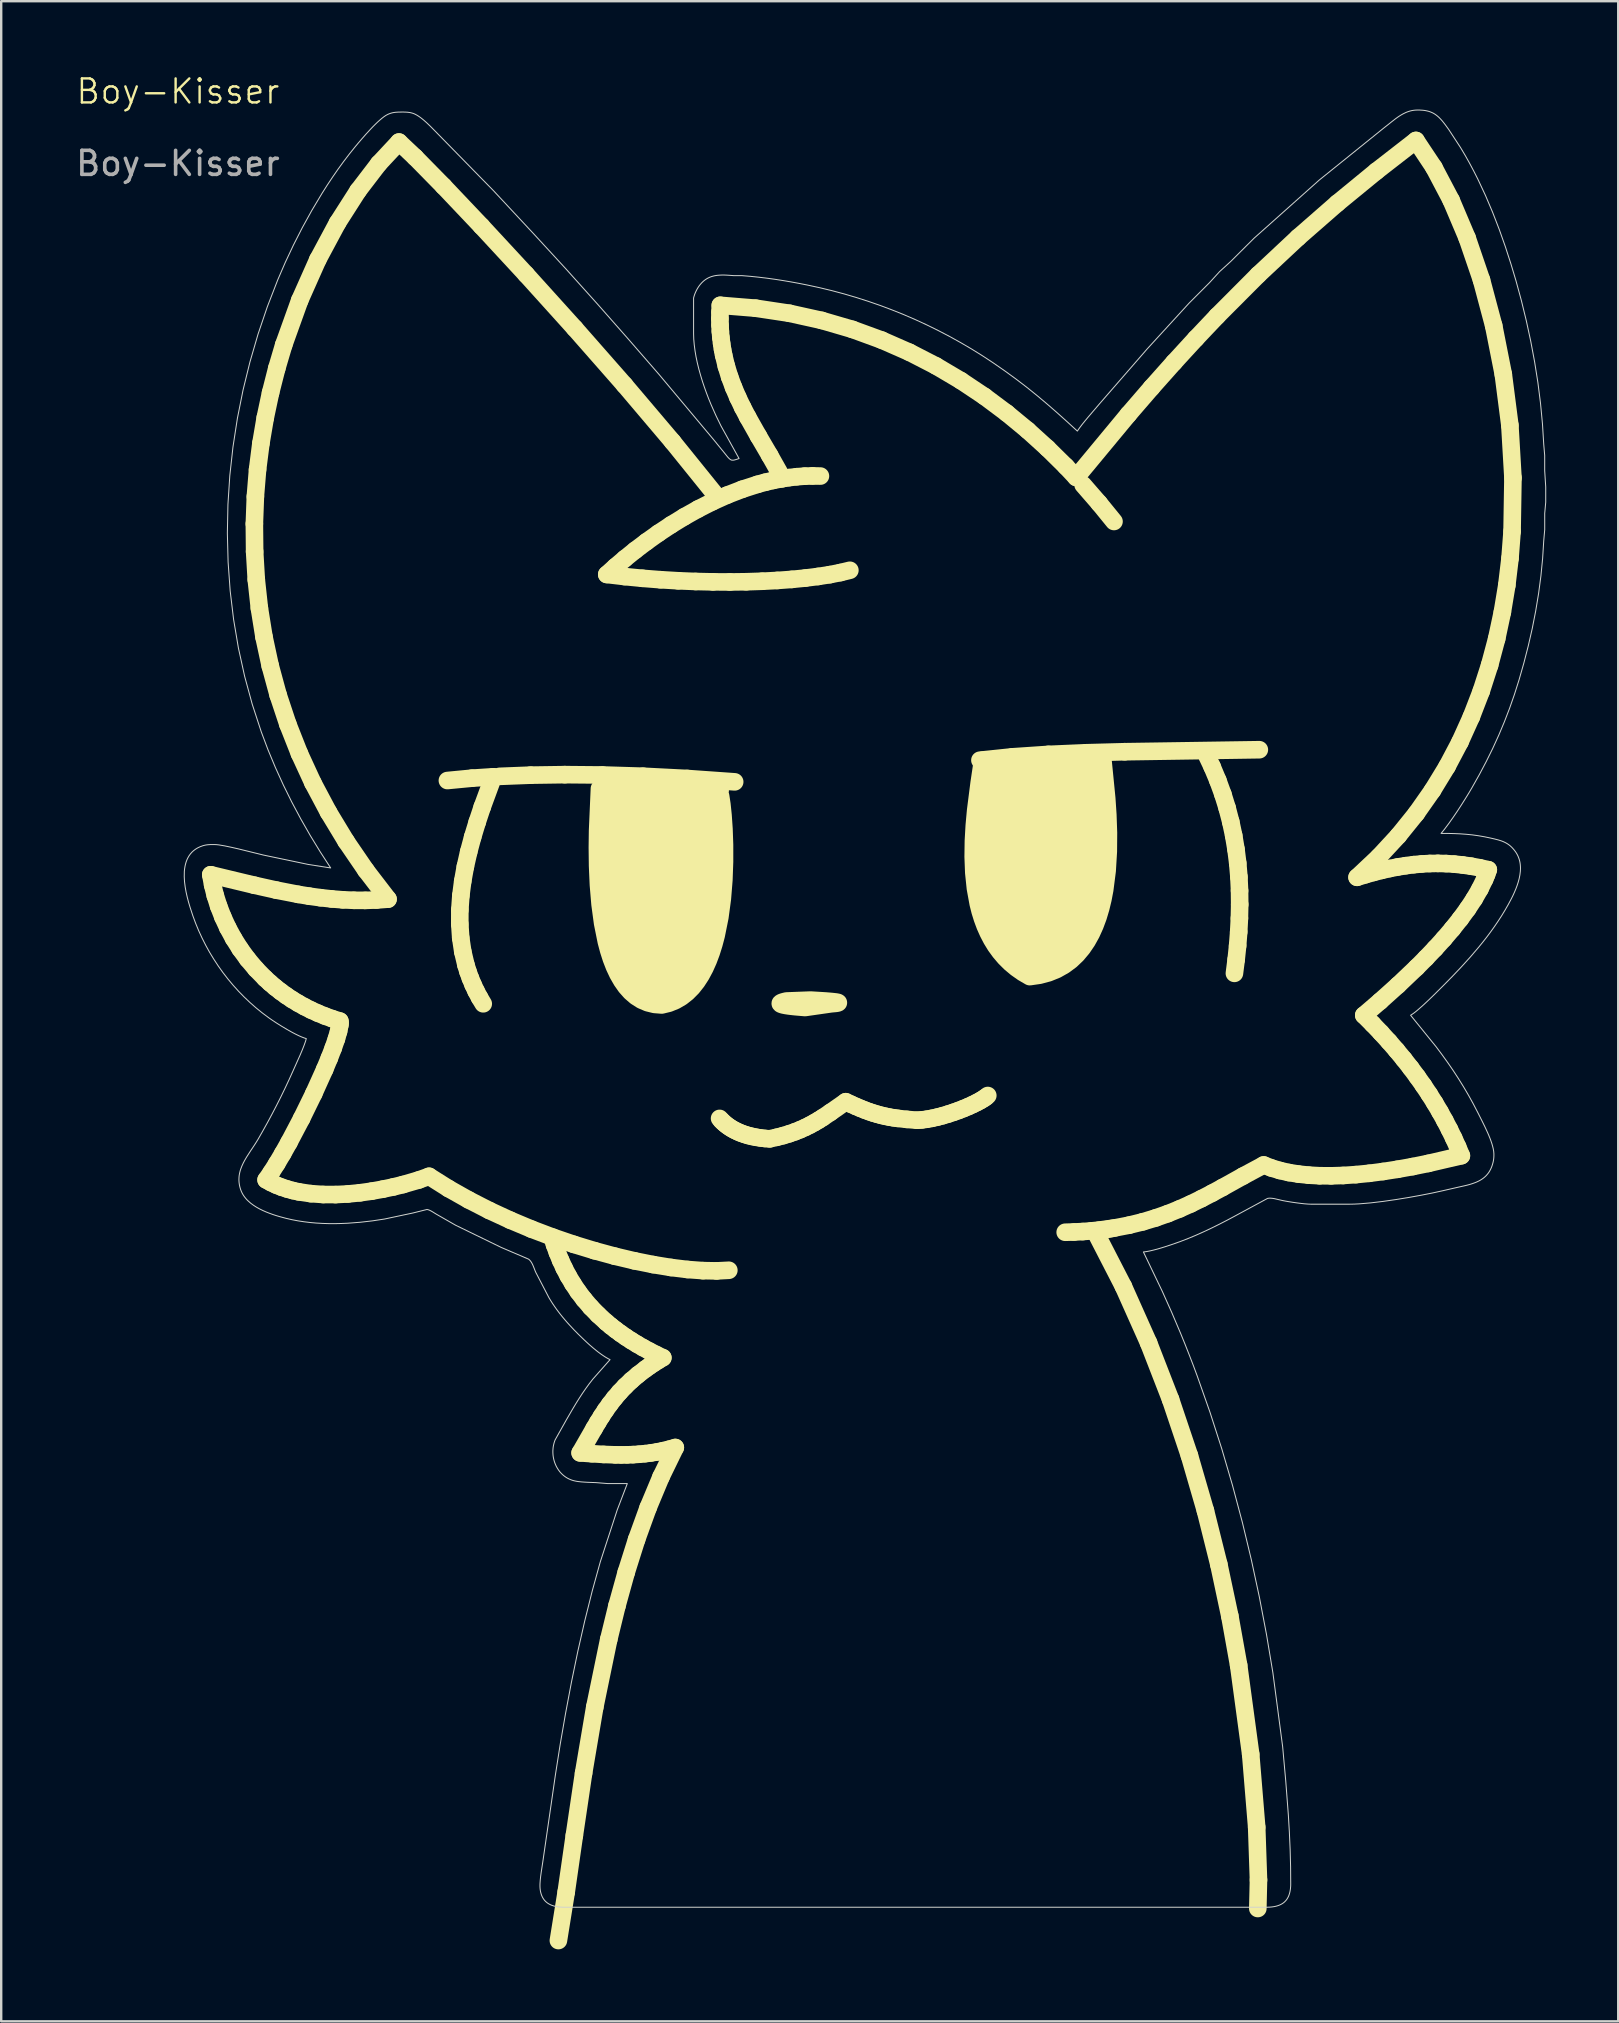
<source format=kicad_pcb>
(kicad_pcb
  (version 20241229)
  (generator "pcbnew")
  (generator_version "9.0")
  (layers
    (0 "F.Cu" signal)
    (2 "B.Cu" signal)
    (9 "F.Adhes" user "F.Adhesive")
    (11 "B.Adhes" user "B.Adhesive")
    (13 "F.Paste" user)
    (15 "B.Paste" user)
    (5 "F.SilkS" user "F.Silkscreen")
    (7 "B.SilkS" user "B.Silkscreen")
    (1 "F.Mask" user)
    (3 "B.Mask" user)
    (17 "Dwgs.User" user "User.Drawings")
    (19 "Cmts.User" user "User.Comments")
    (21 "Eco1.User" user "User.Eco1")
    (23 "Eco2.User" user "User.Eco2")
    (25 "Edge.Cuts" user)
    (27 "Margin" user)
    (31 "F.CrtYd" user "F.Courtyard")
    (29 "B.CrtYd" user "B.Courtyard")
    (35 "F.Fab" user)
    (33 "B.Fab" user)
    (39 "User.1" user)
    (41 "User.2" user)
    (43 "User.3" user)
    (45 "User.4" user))
  (footprint "Boy-Kisser"
    (layer "F.Cu")
    (at 4.363 1.26)
    (property "Reference" "Boy-Kisser" (at 0 -0.5 0) (unlocked yes) (layer "F.SilkS") (effects (font (size 1 1) (thickness 0.1))))
    (fp_line (start 9.1 40.111) (end 9.145 40.082) (stroke (width 0.733) (type solid) (color 255 0 0 1)) (layer "F.Mask"))
    (fp_line (start 9.145 40.082) (end 9.225 40.04) (stroke (width 0.733) (type solid) (color 255 0 0 1)) (layer "F.Mask"))
    (fp_line (start 9.225 40.04) (end 9.471 39.926) (stroke (width 0.733) (type solid) (color 255 0 0 1)) (layer "F.Mask"))
    (fp_line (start 9.471 39.926) (end 9.795 39.785) (stroke (width 0.733) (type solid) (color 255 0 0 1)) (layer "F.Mask"))
    (fp_line (start 9.795 39.785) (end 10.155 39.633) (stroke (width 0.733) (type solid) (color 255 0 0 1)) (layer "F.Mask"))
    (fp_line (start 10.155 39.633) (end 11.11 39.242) (stroke (width 0.733) (type solid) (color 255 0 0 1)) (layer "F.Mask"))
    (fp_line (start 10.994 41.406) (end 11.378 41.238) (stroke (width 0.733) (type solid) (color 255 0 0 1)) (layer "F.Mask"))
    (fp_line (start 11.01 41.265) (end 10.994 41.406) (stroke (width 0.733) (type solid) (color 255 0 0 1)) (layer "F.Mask"))
    (fp_line (start 11.031 41.122) (end 11.01 41.265) (stroke (width 0.733) (type solid) (color 255 0 0 1)) (layer "F.Mask"))
    (fp_line (start 11.079 40.833) (end 11.031 41.122) (stroke (width 0.733) (type solid) (color 255 0 0 1)) (layer "F.Mask"))
    (fp_line (start 11.11 39.242) (end 11.131 39.295) (stroke (width 0.733) (type solid) (color 255 0 0 1)) (layer "F.Mask"))
    (fp_line (start 11.129 40.542) (end 11.079 40.833) (stroke (width 0.733) (type solid) (color 255 0 0 1)) (layer "F.Mask"))
    (fp_line (start 11.131 39.295) (end 11.15 39.35) (stroke (width 0.733) (type solid) (color 255 0 0 1)) (layer "F.Mask"))
    (fp_line (start 11.15 39.35) (end 11.166 39.406) (stroke (width 0.733) (type solid) (color 255 0 0 1)) (layer "F.Mask"))
    (fp_line (start 11.166 39.406) (end 11.179 39.464) (stroke (width 0.733) (type solid) (color 255 0 0 1)) (layer "F.Mask"))
    (fp_line (start 11.173 40.254) (end 11.129 40.542) (stroke (width 0.733) (type solid) (color 255 0 0 1)) (layer "F.Mask"))
    (fp_line (start 11.179 39.464) (end 11.197 39.585) (stroke (width 0.733) (type solid) (color 255 0 0 1)) (layer "F.Mask"))
    (fp_line (start 11.19 40.114) (end 11.173 40.254) (stroke (width 0.733) (type solid) (color 255 0 0 1)) (layer "F.Mask"))
    (fp_line (start 11.197 39.585) (end 11.206 39.711) (stroke (width 0.733) (type solid) (color 255 0 0 1)) (layer "F.Mask"))
    (fp_line (start 11.202 39.976) (end 11.19 40.114) (stroke (width 0.733) (type solid) (color 255 0 0 1)) (layer "F.Mask"))
    (fp_line (start 11.206 39.711) (end 11.208 39.841) (stroke (width 0.733) (type solid) (color 255 0 0 1)) (layer "F.Mask"))
    (fp_line (start 11.208 39.841) (end 11.202 39.976) (stroke (width 0.733) (type solid) (color 255 0 0 1)) (layer "F.Mask"))
    (fp_line (start 11.378 41.238) (end 11.745 41.067) (stroke (width 0.733) (type solid) (color 255 0 0 1)) (layer "F.Mask"))
    (fp_line (start 11.745 41.067) (end 12.468 40.723) (stroke (width 0.733) (type solid) (color 255 0 0 1)) (layer "F.Mask"))
    (fp_line (start 12.468 40.723) (end 12.846 40.555) (stroke (width 0.733) (type solid) (color 255 0 0 1)) (layer "F.Mask"))
    (fp_line (start 12.846 40.555) (end 13.043 40.473) (stroke (width 0.733) (type solid) (color 255 0 0 1)) (layer "F.Mask"))
    (fp_line (start 13.043 40.473) (end 13.247 40.392) (stroke (width 0.733) (type solid) (color 255 0 0 1)) (layer "F.Mask"))
    (fp_line (start 13.247 40.392) (end 13.46 40.314) (stroke (width 0.733) (type solid) (color 255 0 0 1)) (layer "F.Mask"))
    (fp_line (start 13.46 40.314) (end 13.683 40.237) (stroke (width 0.733) (type solid) (color 255 0 0 1)) (layer "F.Mask"))
    (fp_line (start 13.683 40.237) (end 13.916 40.163) (stroke (width 0.733) (type solid) (color 255 0 0 1)) (layer "F.Mask"))
    (fp_line (start 13.916 40.163) (end 14.163 40.092) (stroke (width 0.733) (type solid) (color 255 0 0 1)) (layer "F.Mask"))
    (fp_line (start 40.543 40.382) (end 40.814 40.108) (stroke (width 0.733) (type solid) (color 255 0 0 1)) (layer "F.Mask"))
    (fp_line (start 40.814 40.108) (end 41.073 39.853) (stroke (width 0.733) (type solid) (color 255 0 0 1)) (layer "F.Mask"))
    (fp_line (start 41.073 39.853) (end 41.368 39.57) (stroke (width 0.733) (type solid) (color 255 0 0 1)) (layer "F.Mask"))
    (fp_line (start 41.368 39.57) (end 41.665 39.298) (stroke (width 0.733) (type solid) (color 255 0 0 1)) (layer "F.Mask"))
    (fp_line (start 41.665 39.298) (end 41.803 39.178) (stroke (width 0.733) (type solid) (color 255 0 0 1)) (layer "F.Mask"))
    (fp_line (start 41.803 39.178) (end 41.929 39.075) (stroke (width 0.733) (type solid) (color 255 0 0 1)) (layer "F.Mask"))
    (fp_line (start 41.929 39.075) (end 42.039 38.995) (stroke (width 0.733) (type solid) (color 255 0 0 1)) (layer "F.Mask"))
    (fp_line (start 42.039 38.995) (end 42.127 38.941) (stroke (width 0.733) (type solid) (color 255 0 0 1)) (layer "F.Mask"))
    (fp_line (start 42.127 38.941) (end 42.162 38.926) (stroke (width 0.733) (type solid) (color 255 0 0 1)) (layer "F.Mask"))
    (fp_line (start 42.162 38.926) (end 42.19 38.919) (stroke (width 0.733) (type solid) (color 255 0 0 1)) (layer "F.Mask"))
    (fp_line (start 42.19 38.919) (end 42.211 38.922) (stroke (width 0.733) (type solid) (color 255 0 0 1)) (layer "F.Mask"))
    (fp_line (start 42.211 38.922) (end 42.224 38.934) (stroke (width 0.733) (type solid) (color 255 0 0 1)) (layer "F.Mask"))
    (fp_line (start 42.224 38.934) (end 42.25 39.205) (stroke (width 0.733) (type solid) (color 255 0 0 1)) (layer "F.Mask"))
    (fp_line (start 42.25 39.205) (end 42.266 39.488) (stroke (width 0.733) (type solid) (color 255 0 0 1)) (layer "F.Mask"))
    (fp_line (start 42.251 41.339) (end 42.889 40.821) (stroke (width 0.733) (type solid) (color 255 0 0 1)) (layer "F.Mask"))
    (fp_line (start 42.266 39.488) (end 42.275 39.781) (stroke (width 0.733) (type solid) (color 255 0 0 1)) (layer "F.Mask"))
    (fp_line (start 42.268 40.705) (end 42.251 41.339) (stroke (width 0.733) (type solid) (color 255 0 0 1)) (layer "F.Mask"))
    (fp_line (start 42.275 40.392) (end 42.268 40.705) (stroke (width 0.733) (type solid) (color 255 0 0 1)) (layer "F.Mask"))
    (fp_line (start 42.275 39.781) (end 42.277 40.083) (stroke (width 0.733) (type solid) (color 255 0 0 1)) (layer "F.Mask"))
    (fp_line (start 42.277 40.083) (end 42.275 40.392) (stroke (width 0.733) (type solid) (color 255 0 0 1)) (layer "F.Mask"))
    (fp_line (start 42.889 40.821) (end 43.533 40.292) (stroke (width 0.733) (type solid) (color 255 0 0 1)) (layer "F.Mask"))
    (fp_line (start 43.533 40.292) (end 43.85 40.022) (stroke (width 0.733) (type solid) (color 255 0 0 1)) (layer "F.Mask"))
    (fp_line (start 43.85 40.022) (end 44.158 39.749) (stroke (width 0.733) (type solid) (color 255 0 0 1)) (layer "F.Mask"))
    (fp_line (start 44.158 39.749) (end 44.455 39.473) (stroke (width 0.733) (type solid) (color 255 0 0 1)) (layer "F.Mask"))
    (fp_line (start 44.455 39.473) (end 44.738 39.193) (stroke (width 0.733) (type solid) (color 255 0 0 1)) (layer "F.Mask"))
    (fp_line (start 1.37 32.14) (end 1.448 32.567) (stroke (width 0.733) (type solid)) (layer "F.SilkS"))
    (fp_line (start 1.448 32.567) (end 1.557 33.005) (stroke (width 0.733) (type solid)) (layer "F.SilkS"))
    (fp_line (start 1.557 33.005) (end 1.698 33.45) (stroke (width 0.733) (type solid)) (layer "F.SilkS"))
    (fp_line (start 1.698 33.45) (end 1.872 33.898) (stroke (width 0.733) (type solid)) (layer "F.SilkS"))
    (fp_line (start 1.872 33.898) (end 2.078 34.346) (stroke (width 0.733) (type solid)) (layer "F.SilkS"))
    (fp_line (start 2.078 34.346) (end 2.318 34.79) (stroke (width 0.733) (type solid)) (layer "F.SilkS"))
    (fp_line (start 2.318 34.79) (end 2.593 35.227) (stroke (width 0.733) (type solid)) (layer "F.SilkS"))
    (fp_line (start 2.593 35.227) (end 2.903 35.652) (stroke (width 0.733) (type solid)) (layer "F.SilkS"))
    (fp_line (start 2.903 35.652) (end 3.25 36.064) (stroke (width 0.733) (type solid)) (layer "F.SilkS"))
    (fp_line (start 3.186 17.517) (end 3.197 18.673) (stroke (width 0.733) (type solid)) (layer "F.SilkS"))
    (fp_line (start 3.188 32.577) (end 1.37 32.14) (stroke (width 0.733) (type solid)) (layer "F.SilkS"))
    (fp_line (start 3.197 18.673) (end 3.266 19.845) (stroke (width 0.733) (type solid)) (layer "F.SilkS"))
    (fp_line (start 3.228 16.379) (end 3.186 17.517) (stroke (width 0.733) (type solid)) (layer "F.SilkS"))
    (fp_line (start 3.25 36.064) (end 3.633 36.457) (stroke (width 0.733) (type solid)) (layer "F.SilkS"))
    (fp_line (start 3.266 19.845) (end 3.395 21.032) (stroke (width 0.733) (type solid)) (layer "F.SilkS"))
    (fp_line (start 3.319 15.261) (end 3.228 16.379) (stroke (width 0.733) (type solid)) (layer "F.SilkS"))
    (fp_line (start 3.395 21.032) (end 3.587 22.229) (stroke (width 0.733) (type solid)) (layer "F.SilkS"))
    (fp_line (start 3.458 14.167) (end 3.319 15.261) (stroke (width 0.733) (type solid)) (layer "F.SilkS"))
    (fp_line (start 3.587 22.229) (end 3.847 23.436) (stroke (width 0.733) (type solid)) (layer "F.SilkS"))
    (fp_line (start 3.633 36.457) (end 3.839 36.646) (stroke (width 0.733) (type solid)) (layer "F.SilkS"))
    (fp_line (start 3.64 13.098) (end 3.458 14.167) (stroke (width 0.733) (type solid)) (layer "F.SilkS"))
    (fp_line (start 3.675 44.854) (end 3.883 44.969) (stroke (width 0.733) (type solid)) (layer "F.SilkS"))
    (fp_line (start 3.839 36.646) (end 4.054 36.829) (stroke (width 0.733) (type solid)) (layer "F.SilkS"))
    (fp_line (start 3.847 23.436) (end 4.177 24.65) (stroke (width 0.733) (type solid)) (layer "F.SilkS"))
    (fp_line (start 3.861 12.056) (end 3.64 13.098) (stroke (width 0.733) (type solid)) (layer "F.SilkS"))
    (fp_line (start 3.883 44.969) (end 4.099 45.071) (stroke (width 0.733) (type solid)) (layer "F.SilkS"))
    (fp_line (start 3.888 44.545) (end 3.675 44.854) (stroke (width 0.733) (type solid)) (layer "F.SilkS"))
    (fp_line (start 4.054 36.829) (end 4.279 37.005) (stroke (width 0.733) (type solid)) (layer "F.SilkS"))
    (fp_line (start 4.099 45.071) (end 4.324 45.16) (stroke (width 0.733) (type solid)) (layer "F.SilkS"))
    (fp_line (start 4.1 32.78) (end 3.188 32.577) (stroke (width 0.733) (type solid)) (layer "F.SilkS"))
    (fp_line (start 4.119 11.043) (end 3.861 12.056) (stroke (width 0.733) (type solid)) (layer "F.SilkS"))
    (fp_line (start 4.121 44.175) (end 3.888 44.545) (stroke (width 0.733) (type solid)) (layer "F.SilkS"))
    (fp_line (start 4.177 24.65) (end 4.582 25.869) (stroke (width 0.733) (type solid)) (layer "F.SilkS"))
    (fp_line (start 4.279 37.005) (end 4.513 37.175) (stroke (width 0.733) (type solid)) (layer "F.SilkS"))
    (fp_line (start 4.324 45.16) (end 4.556 45.236) (stroke (width 0.733) (type solid)) (layer "F.SilkS"))
    (fp_line (start 4.369 43.756) (end 4.121 44.175) (stroke (width 0.733) (type solid)) (layer "F.SilkS"))
    (fp_line (start 4.409 10.063) (end 4.119 11.043) (stroke (width 0.733) (type solid)) (layer "F.SilkS"))
    (fp_line (start 4.513 37.175) (end 4.757 37.338) (stroke (width 0.733) (type solid)) (layer "F.SilkS"))
    (fp_line (start 4.556 45.236) (end 4.795 45.301) (stroke (width 0.733) (type solid)) (layer "F.SilkS"))
    (fp_line (start 4.582 25.869) (end 5.064 27.091) (stroke (width 0.733) (type solid)) (layer "F.SilkS"))
    (fp_line (start 4.627 43.297) (end 4.369 43.756) (stroke (width 0.733) (type solid)) (layer "F.SilkS"))
    (fp_line (start 4.757 37.338) (end 5.011 37.492) (stroke (width 0.733) (type solid)) (layer "F.SilkS"))
    (fp_line (start 4.795 45.301) (end 5.038 45.354) (stroke (width 0.733) (type solid)) (layer "F.SilkS"))
    (fp_line (start 5.011 37.492) (end 5.275 37.639) (stroke (width 0.733) (type solid)) (layer "F.SilkS"))
    (fp_line (start 5.015 32.958) (end 4.1 32.78) (stroke (width 0.733) (type solid)) (layer "F.SilkS"))
    (fp_line (start 5.038 45.354) (end 5.539 45.428) (stroke (width 0.733) (type solid)) (layer "F.SilkS"))
    (fp_line (start 5.064 27.091) (end 5.626 28.312) (stroke (width 0.733) (type solid)) (layer "F.SilkS"))
    (fp_line (start 5.075 8.207) (end 4.409 10.063) (stroke (width 0.733) (type solid)) (layer "F.SilkS"))
    (fp_line (start 5.153 42.298) (end 4.627 43.297) (stroke (width 0.733) (type solid)) (layer "F.SilkS"))
    (fp_line (start 5.275 37.639) (end 5.549 37.778) (stroke (width 0.733) (type solid)) (layer "F.SilkS"))
    (fp_line (start 5.475 33.033) (end 5.015 32.958) (stroke (width 0.733) (type solid)) (layer "F.SilkS"))
    (fp_line (start 5.539 45.428) (end 6.051 45.464) (stroke (width 0.733) (type solid)) (layer "F.SilkS"))
    (fp_line (start 5.549 37.778) (end 5.834 37.907) (stroke (width 0.733) (type solid)) (layer "F.SilkS"))
    (fp_line (start 5.626 28.312) (end 6.274 29.532) (stroke (width 0.733) (type solid)) (layer "F.SilkS"))
    (fp_line (start 5.662 41.257) (end 5.153 42.298) (stroke (width 0.733) (type solid)) (layer "F.SilkS"))
    (fp_line (start 5.832 6.505) (end 5.075 8.207) (stroke (width 0.733) (type solid)) (layer "F.SilkS"))
    (fp_line (start 5.834 37.907) (end 6.128 38.027) (stroke (width 0.733) (type solid)) (layer "F.SilkS"))
    (fp_line (start 5.937 33.096) (end 5.475 33.033) (stroke (width 0.733) (type solid)) (layer "F.SilkS"))
    (fp_line (start 6.051 45.464) (end 6.568 45.467) (stroke (width 0.733) (type solid)) (layer "F.SilkS"))
    (fp_line (start 6.115 40.252) (end 5.662 41.257) (stroke (width 0.733) (type solid)) (layer "F.SilkS"))
    (fp_line (start 6.128 38.027) (end 6.433 38.137) (stroke (width 0.733) (type solid)) (layer "F.SilkS"))
    (fp_line (start 6.274 29.532) (end 7.009 30.747) (stroke (width 0.733) (type solid)) (layer "F.SilkS"))
    (fp_line (start 6.308 39.787) (end 6.115 40.252) (stroke (width 0.733) (type solid)) (layer "F.SilkS"))
    (fp_line (start 6.4 33.147) (end 5.937 33.096) (stroke (width 0.733) (type solid)) (layer "F.SilkS"))
    (fp_line (start 6.433 38.137) (end 6.748 38.237) (stroke (width 0.733) (type solid)) (layer "F.SilkS"))
    (fp_line (start 6.473 39.361) (end 6.308 39.787) (stroke (width 0.733) (type solid)) (layer "F.SilkS"))
    (fp_line (start 6.568 45.467) (end 7.083 45.442) (stroke (width 0.733) (type solid)) (layer "F.SilkS"))
    (fp_line (start 6.604 38.983) (end 6.473 39.361) (stroke (width 0.733) (type solid)) (layer "F.SilkS"))
    (fp_line (start 6.651 4.977) (end 5.832 6.505) (stroke (width 0.733) (type solid)) (layer "F.SilkS"))
    (fp_line (start 6.696 38.663) (end 6.604 38.983) (stroke (width 0.733) (type solid)) (layer "F.SilkS"))
    (fp_line (start 6.746 38.411) (end 6.696 38.663) (stroke (width 0.733) (type solid)) (layer "F.SilkS"))
    (fp_line (start 6.748 38.237) (end 6.753 38.314) (stroke (width 0.733) (type solid)) (layer "F.SilkS"))
    (fp_line (start 6.753 38.314) (end 6.746 38.411) (stroke (width 0.733) (type solid)) (layer "F.SilkS"))
    (fp_line (start 6.866 33.184) (end 6.4 33.147) (stroke (width 0.733) (type solid)) (layer "F.SilkS"))
    (fp_line (start 7.009 30.747) (end 7.835 31.956) (stroke (width 0.733) (type solid)) (layer "F.SilkS"))
    (fp_line (start 7.083 45.442) (end 7.588 45.392) (stroke (width 0.733) (type solid)) (layer "F.SilkS"))
    (fp_line (start 7.334 33.205) (end 6.866 33.184) (stroke (width 0.733) (type solid)) (layer "F.SilkS"))
    (fp_line (start 7.506 3.639) (end 6.651 4.977) (stroke (width 0.733) (type solid)) (layer "F.SilkS"))
    (fp_line (start 7.588 45.392) (end 8.077 45.324) (stroke (width 0.733) (type solid)) (layer "F.SilkS"))
    (fp_line (start 7.805 33.208) (end 7.334 33.205) (stroke (width 0.733) (type solid)) (layer "F.SilkS"))
    (fp_line (start 7.835 31.956) (end 8.756 33.156) (stroke (width 0.733) (type solid)) (layer "F.SilkS"))
    (fp_line (start 8.077 45.324) (end 8.543 45.24) (stroke (width 0.733) (type solid)) (layer "F.SilkS"))
    (fp_line (start 8.279 33.192) (end 7.805 33.208) (stroke (width 0.733) (type solid)) (layer "F.SilkS"))
    (fp_line (start 8.369 2.511) (end 7.506 3.639) (stroke (width 0.733) (type solid)) (layer "F.SilkS"))
    (fp_line (start 8.543 45.24) (end 8.979 45.148) (stroke (width 0.733) (type solid)) (layer "F.SilkS"))
    (fp_line (start 8.756 33.156) (end 8.279 33.192) (stroke (width 0.733) (type solid)) (layer "F.SilkS"))
    (fp_line (start 8.979 45.148) (end 9.378 45.05) (stroke (width 0.733) (type solid)) (layer "F.SilkS"))
    (fp_line (start 9.212 1.609) (end 8.369 2.511) (stroke (width 0.733) (type solid)) (layer "F.SilkS"))
    (fp_line (start 9.378 45.05) (end 10.037 44.859) (stroke (width 0.733) (type solid)) (layer "F.SilkS"))
    (fp_line (start 9.885 2.244) (end 9.212 1.609) (stroke (width 0.733) (type solid)) (layer "F.SilkS"))
    (fp_line (start 10.037 44.859) (end 10.466 44.705) (stroke (width 0.733) (type solid)) (layer "F.SilkS"))
    (fp_line (start 10.466 44.705) (end 11.276 45.215) (stroke (width 0.733) (type solid)) (layer "F.SilkS"))
    (fp_line (start 11.069 3.45) (end 9.885 2.244) (stroke (width 0.733) (type solid)) (layer "F.SilkS"))
    (fp_line (start 11.23 28.214) (end 12.251 28.116) (stroke (width 0.733) (type solid)) (layer "F.SilkS"))
    (fp_line (start 11.276 45.215) (end 12.116 45.689) (stroke (width 0.733) (type solid)) (layer "F.SilkS"))
    (fp_line (start 11.746 34.194) (end 11.785 34.772) (stroke (width 0.733) (type solid)) (layer "F.SilkS"))
    (fp_line (start 11.748 33.607) (end 11.746 34.194) (stroke (width 0.733) (type solid)) (layer "F.SilkS"))
    (fp_line (start 11.785 34.772) (end 11.87 35.342) (stroke (width 0.733) (type solid)) (layer "F.SilkS"))
    (fp_line (start 11.79 33.012) (end 11.748 33.607) (stroke (width 0.733) (type solid)) (layer "F.SilkS"))
    (fp_line (start 11.868 32.41) (end 11.79 33.012) (stroke (width 0.733) (type solid)) (layer "F.SilkS"))
    (fp_line (start 11.87 35.342) (end 12.003 35.902) (stroke (width 0.733) (type solid)) (layer "F.SilkS"))
    (fp_line (start 11.978 31.801) (end 11.868 32.41) (stroke (width 0.733) (type solid)) (layer "F.SilkS"))
    (fp_line (start 12.003 35.902) (end 12.088 36.178) (stroke (width 0.733) (type solid)) (layer "F.SilkS"))
    (fp_line (start 12.088 36.178) (end 12.187 36.451) (stroke (width 0.733) (type solid)) (layer "F.SilkS"))
    (fp_line (start 12.116 45.689) (end 12.976 46.13) (stroke (width 0.733) (type solid)) (layer "F.SilkS"))
    (fp_line (start 12.117 31.187) (end 11.978 31.801) (stroke (width 0.733) (type solid)) (layer "F.SilkS"))
    (fp_line (start 12.187 36.451) (end 12.3 36.722) (stroke (width 0.733) (type solid)) (layer "F.SilkS"))
    (fp_line (start 12.251 28.116) (end 13.145 28.057) (stroke (width 0.733) (type solid)) (layer "F.SilkS"))
    (fp_line (start 12.283 30.567) (end 12.117 31.187) (stroke (width 0.733) (type solid)) (layer "F.SilkS"))
    (fp_line (start 12.3 36.722) (end 12.426 36.99) (stroke (width 0.733) (type solid)) (layer "F.SilkS"))
    (fp_line (start 12.426 36.99) (end 12.567 37.255) (stroke (width 0.733) (type solid)) (layer "F.SilkS"))
    (fp_line (start 12.473 29.943) (end 12.283 30.567) (stroke (width 0.733) (type solid)) (layer "F.SilkS"))
    (fp_line (start 12.567 37.255) (end 12.723 37.517) (stroke (width 0.733) (type solid)) (layer "F.SilkS"))
    (fp_line (start 12.649 5.116) (end 11.069 3.45) (stroke (width 0.733) (type solid)) (layer "F.SilkS"))
    (fp_line (start 12.682 29.315) (end 12.473 29.943) (stroke (width 0.733) (type solid)) (layer "F.SilkS"))
    (fp_line (start 12.976 46.13) (end 13.852 46.535) (stroke (width 0.733) (type solid)) (layer "F.SilkS"))
    (fp_line (start 13.145 28.057) (end 12.682 29.315) (stroke (width 0.733) (type solid)) (layer "F.SilkS"))
    (fp_line (start 13.406 28.04) (end 14.696 27.99) (stroke (width 0.733) (type solid)) (layer "F.SilkS"))
    (fp_line (start 13.852 46.535) (end 14.735 46.906) (stroke (width 0.733) (type solid)) (layer "F.SilkS"))
    (fp_line (start 14.51 7.126) (end 12.649 5.116) (stroke (width 0.733) (type solid)) (layer "F.SilkS"))
    (fp_line (start 14.696 27.99) (end 16.121 27.969) (stroke (width 0.733) (type solid)) (layer "F.SilkS"))
    (fp_line (start 14.735 46.906) (end 15.619 47.241) (stroke (width 0.733) (type solid)) (layer "F.SilkS"))
    (fp_line (start 15.596 47.258) (end 15.698 47.569) (stroke (width 0.733) (type solid)) (layer "F.SilkS"))
    (fp_line (start 15.619 47.241) (end 16.496 47.541) (stroke (width 0.733) (type solid)) (layer "F.SilkS"))
    (fp_line (start 15.698 47.569) (end 15.814 47.886) (stroke (width 0.733) (type solid)) (layer "F.SilkS"))
    (fp_line (start 15.814 47.886) (end 15.946 48.207) (stroke (width 0.733) (type solid)) (layer "F.SilkS"))
    (fp_line (start 15.946 48.207) (end 16.095 48.53) (stroke (width 0.733) (type solid)) (layer "F.SilkS"))
    (fp_line (start 16.095 48.53) (end 16.265 48.856) (stroke (width 0.733) (type solid)) (layer "F.SilkS"))
    (fp_line (start 16.121 27.969) (end 17.683 27.983) (stroke (width 0.733) (type solid)) (layer "F.SilkS"))
    (fp_line (start 16.181 74.527) (end 15.855 76.551) (stroke (width 0.733) (type solid)) (layer "F.SilkS"))
    (fp_line (start 16.265 48.856) (end 16.459 49.182) (stroke (width 0.733) (type solid)) (layer "F.SilkS"))
    (fp_line (start 16.459 49.182) (end 16.677 49.509) (stroke (width 0.733) (type solid)) (layer "F.SilkS"))
    (fp_line (start 16.496 47.541) (end 17.361 47.805) (stroke (width 0.733) (type solid)) (layer "F.SilkS"))
    (fp_line (start 16.519 72.174) (end 16.181 74.527) (stroke (width 0.733) (type solid)) (layer "F.SilkS"))
    (fp_line (start 16.534 9.368) (end 14.51 7.126) (stroke (width 0.733) (type solid)) (layer "F.SilkS"))
    (fp_line (start 16.677 49.509) (end 16.924 49.834) (stroke (width 0.733) (type solid)) (layer "F.SilkS"))
    (fp_line (start 16.761 56.23) (end 17.248 56.265) (stroke (width 0.733) (type solid)) (layer "F.SilkS"))
    (fp_line (start 16.904 69.579) (end 16.519 72.174) (stroke (width 0.733) (type solid)) (layer "F.SilkS"))
    (fp_line (start 16.924 49.834) (end 17.201 50.157) (stroke (width 0.733) (type solid)) (layer "F.SilkS"))
    (fp_line (start 17.201 50.157) (end 17.512 50.476) (stroke (width 0.733) (type solid)) (layer "F.SilkS"))
    (fp_line (start 17.248 56.265) (end 17.737 56.295) (stroke (width 0.733) (type solid)) (layer "F.SilkS"))
    (fp_line (start 17.345 55.212) (end 16.761 56.23) (stroke (width 0.733) (type solid)) (layer "F.SilkS"))
    (fp_line (start 17.361 47.805) (end 18.205 48.034) (stroke (width 0.733) (type solid)) (layer "F.SilkS"))
    (fp_line (start 17.37 66.827) (end 16.904 69.579) (stroke (width 0.733) (type solid)) (layer "F.SilkS"))
    (fp_line (start 17.495 54.958) (end 17.345 55.212) (stroke (width 0.733) (type solid)) (layer "F.SilkS"))
    (fp_line (start 17.512 50.476) (end 17.857 50.792) (stroke (width 0.733) (type solid)) (layer "F.SilkS"))
    (fp_line (start 17.652 54.705) (end 17.495 54.958) (stroke (width 0.733) (type solid)) (layer "F.SilkS"))
    (fp_line (start 17.683 27.983) (end 19.383 28.035) (stroke (width 0.733) (type solid)) (layer "F.SilkS"))
    (fp_line (start 17.737 56.295) (end 18.227 56.312) (stroke (width 0.733) (type solid)) (layer "F.SilkS"))
    (fp_line (start 17.818 54.452) (end 17.652 54.705) (stroke (width 0.733) (type solid)) (layer "F.SilkS"))
    (fp_line (start 17.857 50.792) (end 18.044 50.947) (stroke (width 0.733) (type solid)) (layer "F.SilkS"))
    (fp_line (start 17.871 19.628) (end 18.227 19.306) (stroke (width 0.733) (type solid)) (layer "F.SilkS"))
    (fp_line (start 17.952 64.008) (end 17.37 66.827) (stroke (width 0.733) (type solid)) (layer "F.SilkS"))
    (fp_line (start 17.997 54.201) (end 17.818 54.452) (stroke (width 0.733) (type solid)) (layer "F.SilkS"))
    (fp_line (start 18.044 50.947) (end 18.241 51.101) (stroke (width 0.733) (type solid)) (layer "F.SilkS"))
    (fp_line (start 18.191 53.951) (end 17.997 54.201) (stroke (width 0.733) (type solid)) (layer "F.SilkS"))
    (fp_line (start 18.205 48.034) (end 19.021 48.227) (stroke (width 0.733) (type solid)) (layer "F.SilkS"))
    (fp_line (start 18.227 56.312) (end 18.473 56.315) (stroke (width 0.733) (type solid)) (layer "F.SilkS"))
    (fp_line (start 18.227 19.306) (end 18.623 18.968) (stroke (width 0.733) (type solid)) (layer "F.SilkS"))
    (fp_line (start 18.241 51.101) (end 18.448 51.254) (stroke (width 0.733) (type solid)) (layer "F.SilkS"))
    (fp_line (start 18.296 62.599) (end 17.952 64.008) (stroke (width 0.733) (type solid)) (layer "F.SilkS"))
    (fp_line (start 18.403 53.703) (end 18.191 53.951) (stroke (width 0.733) (type solid)) (layer "F.SilkS"))
    (fp_line (start 18.448 51.254) (end 18.665 51.405) (stroke (width 0.733) (type solid)) (layer "F.SilkS"))
    (fp_line (start 18.473 56.315) (end 18.719 56.312) (stroke (width 0.733) (type solid)) (layer "F.SilkS"))
    (fp_line (start 18.608 11.729) (end 16.534 9.368) (stroke (width 0.733) (type solid)) (layer "F.SilkS"))
    (fp_line (start 18.613 19.715) (end 17.871 19.628) (stroke (width 0.733) (type solid)) (layer "F.SilkS"))
    (fp_line (start 18.623 18.968) (end 19.056 18.619) (stroke (width 0.733) (type solid)) (layer "F.SilkS"))
    (fp_line (start 18.636 53.457) (end 18.403 53.703) (stroke (width 0.733) (type solid)) (layer "F.SilkS"))
    (fp_line (start 18.665 51.405) (end 18.893 51.553) (stroke (width 0.733) (type solid)) (layer "F.SilkS"))
    (fp_line (start 18.682 61.207) (end 18.296 62.599) (stroke (width 0.733) (type solid)) (layer "F.SilkS"))
    (fp_line (start 18.719 56.312) (end 18.966 56.303) (stroke (width 0.733) (type solid)) (layer "F.SilkS"))
    (fp_line (start 18.892 53.213) (end 18.636 53.457) (stroke (width 0.733) (type solid)) (layer "F.SilkS"))
    (fp_line (start 18.893 51.553) (end 19.132 51.7) (stroke (width 0.733) (type solid)) (layer "F.SilkS"))
    (fp_line (start 18.966 56.303) (end 19.214 56.287) (stroke (width 0.733) (type solid)) (layer "F.SilkS"))
    (fp_line (start 19.021 48.227) (end 19.803 48.384) (stroke (width 0.733) (type solid)) (layer "F.SilkS"))
    (fp_line (start 19.056 18.619) (end 19.524 18.265) (stroke (width 0.733) (type solid)) (layer "F.SilkS"))
    (fp_line (start 19.114 59.84) (end 18.682 61.207) (stroke (width 0.733) (type solid)) (layer "F.SilkS"))
    (fp_line (start 19.132 51.7) (end 19.383 51.845) (stroke (width 0.733) (type solid)) (layer "F.SilkS"))
    (fp_line (start 19.175 52.972) (end 18.892 53.213) (stroke (width 0.733) (type solid)) (layer "F.SilkS"))
    (fp_line (start 19.214 56.287) (end 19.463 56.263) (stroke (width 0.733) (type solid)) (layer "F.SilkS"))
    (fp_line (start 19.359 19.788) (end 18.613 19.715) (stroke (width 0.733) (type solid)) (layer "F.SilkS"))
    (fp_line (start 19.383 51.845) (end 19.645 51.987) (stroke (width 0.733) (type solid)) (layer "F.SilkS"))
    (fp_line (start 19.383 28.035) (end 21.221 28.129) (stroke (width 0.733) (type solid)) (layer "F.SilkS"))
    (fp_line (start 19.463 56.263) (end 19.714 56.232) (stroke (width 0.733) (type solid)) (layer "F.SilkS"))
    (fp_line (start 19.486 52.733) (end 19.175 52.972) (stroke (width 0.733) (type solid)) (layer "F.SilkS"))
    (fp_line (start 19.524 18.265) (end 20.022 17.91) (stroke (width 0.733) (type solid)) (layer "F.SilkS"))
    (fp_line (start 19.595 58.511) (end 19.114 59.84) (stroke (width 0.733) (type solid)) (layer "F.SilkS"))
    (fp_line (start 19.645 51.987) (end 19.919 52.127) (stroke (width 0.733) (type solid)) (layer "F.SilkS"))
    (fp_line (start 19.653 52.614) (end 19.486 52.733) (stroke (width 0.733) (type solid)) (layer "F.SilkS"))
    (fp_line (start 19.714 56.232) (end 19.965 56.191) (stroke (width 0.733) (type solid)) (layer "F.SilkS"))
    (fp_line (start 19.803 48.384) (end 20.545 48.505) (stroke (width 0.733) (type solid)) (layer "F.SilkS"))
    (fp_line (start 19.828 52.497) (end 19.653 52.614) (stroke (width 0.733) (type solid)) (layer "F.SilkS"))
    (fp_line (start 19.919 52.127) (end 20.206 52.264) (stroke (width 0.733) (type solid)) (layer "F.SilkS"))
    (fp_line (start 19.965 56.191) (end 20.217 56.14) (stroke (width 0.733) (type solid)) (layer "F.SilkS"))
    (fp_line (start 20.013 52.38) (end 19.828 52.497) (stroke (width 0.733) (type solid)) (layer "F.SilkS"))
    (fp_line (start 20.022 17.91) (end 20.549 17.561) (stroke (width 0.733) (type solid)) (layer "F.SilkS"))
    (fp_line (start 20.103 19.846) (end 19.359 19.788) (stroke (width 0.733) (type solid)) (layer "F.SilkS"))
    (fp_line (start 20.131 57.229) (end 19.595 58.511) (stroke (width 0.733) (type solid)) (layer "F.SilkS"))
    (fp_line (start 20.206 52.264) (end 20.013 52.38) (stroke (width 0.733) (type solid)) (layer "F.SilkS"))
    (fp_line (start 20.217 56.14) (end 20.471 56.079) (stroke (width 0.733) (type solid)) (layer "F.SilkS"))
    (fp_line (start 20.471 56.079) (end 20.726 56.007) (stroke (width 0.733) (type solid)) (layer "F.SilkS"))
    (fp_line (start 20.545 48.505) (end 21.237 48.589) (stroke (width 0.733) (type solid)) (layer "F.SilkS"))
    (fp_line (start 20.549 17.561) (end 21.102 17.222) (stroke (width 0.733) (type solid)) (layer "F.SilkS"))
    (fp_line (start 20.613 14.095) (end 18.608 11.729) (stroke (width 0.733) (type solid)) (layer "F.SilkS"))
    (fp_line (start 20.726 56.007) (end 20.131 57.229) (stroke (width 0.733) (type solid)) (layer "F.SilkS"))
    (fp_line (start 20.843 19.89) (end 20.103 19.846) (stroke (width 0.733) (type solid)) (layer "F.SilkS"))
    (fp_line (start 21.102 17.222) (end 21.678 16.899) (stroke (width 0.733) (type solid)) (layer "F.SilkS"))
    (fp_line (start 21.221 28.129) (end 23.2 28.269) (stroke (width 0.733) (type solid)) (layer "F.SilkS"))
    (fp_line (start 21.237 48.589) (end 21.875 48.636) (stroke (width 0.733) (type solid)) (layer "F.SilkS"))
    (fp_line (start 21.574 19.92) (end 20.843 19.89) (stroke (width 0.733) (type solid)) (layer "F.SilkS"))
    (fp_line (start 21.678 16.899) (end 22.274 16.597) (stroke (width 0.733) (type solid)) (layer "F.SilkS"))
    (fp_line (start 21.875 48.636) (end 22.45 48.647) (stroke (width 0.733) (type solid)) (layer "F.SilkS"))
    (fp_line (start 22.274 16.597) (end 22.887 16.321) (stroke (width 0.733) (type solid)) (layer "F.SilkS"))
    (fp_line (start 22.294 19.936) (end 21.574 19.92) (stroke (width 0.733) (type solid)) (layer "F.SilkS"))
    (fp_line (start 22.436 16.353) (end 20.613 14.095) (stroke (width 0.733) (type solid)) (layer "F.SilkS"))
    (fp_line (start 22.45 48.647) (end 22.957 48.621) (stroke (width 0.733) (type solid)) (layer "F.SilkS"))
    (fp_line (start 22.572 42.293) (end 22.643 42.373) (stroke (width 0.733) (type solid)) (layer "F.SilkS"))
    (fp_line (start 22.584 8.97) (end 22.589 8.695) (stroke (width 0.733) (type solid)) (layer "F.SilkS"))
    (fp_line (start 22.589 8.695) (end 22.602 8.412) (stroke (width 0.733) (type solid)) (layer "F.SilkS"))
    (fp_line (start 22.59 9.238) (end 22.584 8.97) (stroke (width 0.733) (type solid)) (layer "F.SilkS"))
    (fp_line (start 22.602 8.412) (end 24.075 8.532) (stroke (width 0.733) (type solid)) (layer "F.SilkS"))
    (fp_line (start 22.604 9.5) (end 22.59 9.238) (stroke (width 0.733) (type solid)) (layer "F.SilkS"))
    (fp_line (start 22.626 9.756) (end 22.604 9.5) (stroke (width 0.733) (type solid)) (layer "F.SilkS"))
    (fp_line (start 22.643 42.373) (end 22.721 42.45) (stroke (width 0.733) (type solid)) (layer "F.SilkS"))
    (fp_line (start 22.657 10.006) (end 22.626 9.756) (stroke (width 0.733) (type solid)) (layer "F.SilkS"))
    (fp_line (start 22.695 10.25) (end 22.657 10.006) (stroke (width 0.733) (type solid)) (layer "F.SilkS"))
    (fp_line (start 22.721 42.45) (end 22.806 42.525) (stroke (width 0.733) (type solid)) (layer "F.SilkS"))
    (fp_line (start 22.741 10.489) (end 22.695 10.25) (stroke (width 0.733) (type solid)) (layer "F.SilkS"))
    (fp_line (start 22.806 42.525) (end 22.899 42.598) (stroke (width 0.733) (type solid)) (layer "F.SilkS"))
    (fp_line (start 22.854 10.952) (end 22.741 10.489) (stroke (width 0.733) (type solid)) (layer "F.SilkS"))
    (fp_line (start 22.887 16.321) (end 23.515 16.078) (stroke (width 0.733) (type solid)) (layer "F.SilkS"))
    (fp_line (start 22.899 42.598) (end 22.999 42.668) (stroke (width 0.733) (type solid)) (layer "F.SilkS"))
    (fp_line (start 22.992 11.399) (end 22.854 10.952) (stroke (width 0.733) (type solid)) (layer "F.SilkS"))
    (fp_line (start 22.997 19.94) (end 22.294 19.936) (stroke (width 0.733) (type solid)) (layer "F.SilkS"))
    (fp_line (start 22.999 42.668) (end 23.106 42.734) (stroke (width 0.733) (type solid)) (layer "F.SilkS"))
    (fp_line (start 23.106 42.734) (end 23.222 42.797) (stroke (width 0.733) (type solid)) (layer "F.SilkS"))
    (fp_line (start 23.153 11.831) (end 22.992 11.399) (stroke (width 0.733) (type solid)) (layer "F.SilkS"))
    (fp_line (start 23.222 42.797) (end 23.345 42.856) (stroke (width 0.733) (type solid)) (layer "F.SilkS"))
    (fp_line (start 23.333 12.251) (end 23.153 11.831) (stroke (width 0.733) (type solid)) (layer "F.SilkS"))
    (fp_line (start 23.345 42.856) (end 23.477 42.911) (stroke (width 0.733) (type solid)) (layer "F.SilkS"))
    (fp_line (start 23.477 42.911) (end 23.618 42.961) (stroke (width 0.733) (type solid)) (layer "F.SilkS"))
    (fp_line (start 23.515 16.078) (end 24.154 15.872) (stroke (width 0.733) (type solid)) (layer "F.SilkS"))
    (fp_line (start 23.53 12.662) (end 23.333 12.251) (stroke (width 0.733) (type solid)) (layer "F.SilkS"))
    (fp_line (start 23.618 42.961) (end 23.768 43.006) (stroke (width 0.733) (type solid)) (layer "F.SilkS"))
    (fp_line (start 23.681 19.931) (end 22.997 19.94) (stroke (width 0.733) (type solid)) (layer "F.SilkS"))
    (fp_line (start 23.741 13.065) (end 23.53 12.662) (stroke (width 0.733) (type solid)) (layer "F.SilkS"))
    (fp_line (start 23.768 43.006) (end 23.927 43.045) (stroke (width 0.733) (type solid)) (layer "F.SilkS"))
    (fp_line (start 23.927 43.045) (end 24.095 43.079) (stroke (width 0.733) (type solid)) (layer "F.SilkS"))
    (fp_line (start 24.075 8.532) (end 25.482 8.744) (stroke (width 0.733) (type solid)) (layer "F.SilkS"))
    (fp_line (start 24.095 43.079) (end 24.273 43.107) (stroke (width 0.733) (type solid)) (layer "F.SilkS"))
    (fp_line (start 24.154 15.872) (end 24.478 15.784) (stroke (width 0.733) (type solid)) (layer "F.SilkS"))
    (fp_line (start 24.191 13.863) (end 23.741 13.065) (stroke (width 0.733) (type solid)) (layer "F.SilkS"))
    (fp_line (start 24.273 43.107) (end 24.461 43.129) (stroke (width 0.733) (type solid)) (layer "F.SilkS"))
    (fp_line (start 24.342 19.91) (end 23.681 19.931) (stroke (width 0.733) (type solid)) (layer "F.SilkS"))
    (fp_line (start 24.461 43.129) (end 24.659 43.144) (stroke (width 0.733) (type solid)) (layer "F.SilkS"))
    (fp_line (start 24.478 15.784) (end 24.803 15.708) (stroke (width 0.733) (type solid)) (layer "F.SilkS"))
    (fp_line (start 24.659 43.144) (end 24.951 43.08) (stroke (width 0.733) (type solid)) (layer "F.SilkS"))
    (fp_line (start 24.66 14.665) (end 24.191 13.863) (stroke (width 0.733) (type solid)) (layer "F.SilkS"))
    (fp_line (start 24.803 15.708) (end 25.203 15.63) (stroke (width 0.733) (type solid)) (layer "F.SilkS"))
    (fp_line (start 24.951 43.08) (end 25.223 43.01) (stroke (width 0.733) (type solid)) (layer "F.SilkS"))
    (fp_line (start 24.975 19.877) (end 24.342 19.91) (stroke (width 0.733) (type solid)) (layer "F.SilkS"))
    (fp_line (start 25.129 15.644) (end 25.457 15.593) (stroke (width 0.733) (type solid)) (layer "F.SilkS"))
    (fp_line (start 25.203 15.63) (end 24.66 14.665) (stroke (width 0.733) (type solid)) (layer "F.SilkS"))
    (fp_line (start 25.223 43.01) (end 25.476 42.933) (stroke (width 0.733) (type solid)) (layer "F.SilkS"))
    (fp_line (start 25.457 15.593) (end 25.786 15.555) (stroke (width 0.733) (type solid)) (layer "F.SilkS"))
    (fp_line (start 25.476 42.933) (end 25.713 42.85) (stroke (width 0.733) (type solid)) (layer "F.SilkS"))
    (fp_line (start 25.482 8.744) (end 26.825 9.041) (stroke (width 0.733) (type solid)) (layer "F.SilkS"))
    (fp_line (start 25.578 19.833) (end 24.975 19.877) (stroke (width 0.733) (type solid)) (layer "F.SilkS"))
    (fp_line (start 25.713 42.85) (end 25.934 42.762) (stroke (width 0.733) (type solid)) (layer "F.SilkS"))
    (fp_line (start 25.786 15.555) (end 26.115 15.531) (stroke (width 0.733) (type solid)) (layer "F.SilkS"))
    (fp_line (start 25.934 42.762) (end 26.141 42.669) (stroke (width 0.733) (type solid)) (layer "F.SilkS"))
    (fp_line (start 26.115 15.531) (end 26.444 15.521) (stroke (width 0.733) (type solid)) (layer "F.SilkS"))
    (fp_line (start 26.141 42.669) (end 26.336 42.572) (stroke (width 0.733) (type solid)) (layer "F.SilkS"))
    (fp_line (start 26.146 19.777) (end 25.578 19.833) (stroke (width 0.733) (type solid)) (layer "F.SilkS"))
    (fp_line (start 26.336 42.572) (end 26.521 42.471) (stroke (width 0.733) (type solid)) (layer "F.SilkS"))
    (fp_line (start 26.444 15.521) (end 26.773 15.527) (stroke (width 0.733) (type solid)) (layer "F.SilkS"))
    (fp_line (start 26.521 42.471) (end 26.698 42.367) (stroke (width 0.733) (type solid)) (layer "F.SilkS"))
    (fp_line (start 26.676 19.711) (end 26.146 19.777) (stroke (width 0.733) (type solid)) (layer "F.SilkS"))
    (fp_line (start 26.698 42.367) (end 26.867 42.261) (stroke (width 0.733) (type solid)) (layer "F.SilkS"))
    (fp_line (start 26.825 9.041) (end 28.106 9.415) (stroke (width 0.733) (type solid)) (layer "F.SilkS"))
    (fp_line (start 26.867 42.261) (end 27.191 42.042) (stroke (width 0.733) (type solid)) (layer "F.SilkS"))
    (fp_line (start 27.165 19.635) (end 26.676 19.711) (stroke (width 0.733) (type solid)) (layer "F.SilkS"))
    (fp_line (start 27.191 42.042) (end 27.828 41.598) (stroke (width 0.733) (type solid)) (layer "F.SilkS"))
    (fp_line (start 27.607 19.548) (end 27.165 19.635) (stroke (width 0.733) (type solid)) (layer "F.SilkS"))
    (fp_line (start 27.828 41.598) (end 28.046 41.7) (stroke (width 0.733) (type solid)) (layer "F.SilkS"))
    (fp_line (start 28 19.453) (end 27.607 19.548) (stroke (width 0.733) (type solid)) (layer "F.SilkS"))
    (fp_line (start 28.046 41.7) (end 28.25 41.792) (stroke (width 0.733) (type solid)) (layer "F.SilkS"))
    (fp_line (start 28.106 9.415) (end 29.326 9.861) (stroke (width 0.733) (type solid)) (layer "F.SilkS"))
    (fp_line (start 28.25 41.792) (end 28.444 41.874) (stroke (width 0.733) (type solid)) (layer "F.SilkS"))
    (fp_line (start 28.444 41.874) (end 28.628 41.948) (stroke (width 0.733) (type solid)) (layer "F.SilkS"))
    (fp_line (start 28.628 41.948) (end 28.805 42.013) (stroke (width 0.733) (type solid)) (layer "F.SilkS"))
    (fp_line (start 28.805 42.013) (end 28.977 42.071) (stroke (width 0.733) (type solid)) (layer "F.SilkS"))
    (fp_line (start 28.977 42.071) (end 29.145 42.121) (stroke (width 0.733) (type solid)) (layer "F.SilkS"))
    (fp_line (start 29.145 42.121) (end 29.311 42.166) (stroke (width 0.733) (type solid)) (layer "F.SilkS"))
    (fp_line (start 29.311 42.166) (end 29.478 42.204) (stroke (width 0.733) (type solid)) (layer "F.SilkS"))
    (fp_line (start 29.326 9.861) (end 30.485 10.37) (stroke (width 0.733) (type solid)) (layer "F.SilkS"))
    (fp_line (start 29.478 42.204) (end 29.646 42.238) (stroke (width 0.733) (type solid)) (layer "F.SilkS"))
    (fp_line (start 29.646 42.238) (end 29.818 42.267) (stroke (width 0.733) (type solid)) (layer "F.SilkS"))
    (fp_line (start 29.818 42.267) (end 29.996 42.292) (stroke (width 0.733) (type solid)) (layer "F.SilkS"))
    (fp_line (start 29.996 42.292) (end 30.376 42.334) (stroke (width 0.733) (type solid)) (layer "F.SilkS"))
    (fp_line (start 30.376 42.334) (end 30.801 42.369) (stroke (width 0.733) (type solid)) (layer "F.SilkS"))
    (fp_line (start 30.485 10.37) (end 31.584 10.935) (stroke (width 0.733) (type solid)) (layer "F.SilkS"))
    (fp_line (start 30.801 42.369) (end 30.999 42.355) (stroke (width 0.733) (type solid)) (layer "F.SilkS"))
    (fp_line (start 30.999 42.355) (end 31.207 42.328) (stroke (width 0.733) (type solid)) (layer "F.SilkS"))
    (fp_line (start 31.207 42.328) (end 31.423 42.289) (stroke (width 0.733) (type solid)) (layer "F.SilkS"))
    (fp_line (start 31.423 42.289) (end 31.644 42.239) (stroke (width 0.733) (type solid)) (layer "F.SilkS"))
    (fp_line (start 31.584 10.935) (end 32.626 11.551) (stroke (width 0.733) (type solid)) (layer "F.SilkS"))
    (fp_line (start 31.644 42.239) (end 31.869 42.18) (stroke (width 0.733) (type solid)) (layer "F.SilkS"))
    (fp_line (start 31.869 42.18) (end 32.093 42.113) (stroke (width 0.733) (type solid)) (layer "F.SilkS"))
    (fp_line (start 32.093 42.113) (end 32.315 42.04) (stroke (width 0.733) (type solid)) (layer "F.SilkS"))
    (fp_line (start 32.315 42.04) (end 32.531 41.963) (stroke (width 0.733) (type solid)) (layer "F.SilkS"))
    (fp_line (start 32.531 41.963) (end 32.739 41.882) (stroke (width 0.733) (type solid)) (layer "F.SilkS"))
    (fp_line (start 32.626 11.551) (end 33.611 12.209) (stroke (width 0.733) (type solid)) (layer "F.SilkS"))
    (fp_line (start 32.739 41.882) (end 32.937 41.799) (stroke (width 0.733) (type solid)) (layer "F.SilkS"))
    (fp_line (start 32.937 41.799) (end 33.121 41.715) (stroke (width 0.733) (type solid)) (layer "F.SilkS"))
    (fp_line (start 33.121 41.715) (end 33.289 41.632) (stroke (width 0.733) (type solid)) (layer "F.SilkS"))
    (fp_line (start 33.289 41.632) (end 33.438 41.552) (stroke (width 0.733) (type solid)) (layer "F.SilkS"))
    (fp_line (start 33.438 41.552) (end 33.566 41.475) (stroke (width 0.733) (type solid)) (layer "F.SilkS"))
    (fp_line (start 33.566 41.475) (end 33.67 41.404) (stroke (width 0.733) (type solid)) (layer "F.SilkS"))
    (fp_line (start 33.611 12.209) (end 34.539 12.903) (stroke (width 0.733) (type solid)) (layer "F.SilkS"))
    (fp_line (start 33.67 41.404) (end 33.747 41.339) (stroke (width 0.733) (type solid)) (layer "F.SilkS"))
    (fp_line (start 34.539 12.903) (end 35.414 13.625) (stroke (width 0.733) (type solid)) (layer "F.SilkS"))
    (fp_line (start 34.774 27.226) (end 33.42 27.367) (stroke (width 0.733) (type solid)) (layer "F.SilkS"))
    (fp_line (start 35.414 13.625) (end 36.234 14.369) (stroke (width 0.733) (type solid)) (layer "F.SilkS"))
    (fp_line (start 36.234 14.369) (end 37.003 15.127) (stroke (width 0.733) (type solid)) (layer "F.SilkS"))
    (fp_line (start 36.269 27.125) (end 34.774 27.226) (stroke (width 0.733) (type solid)) (layer "F.SilkS"))
    (fp_line (start 37.003 15.127) (end 37.43 15.583) (stroke (width 0.733) (type solid)) (layer "F.SilkS"))
    (fp_line (start 37.344 47.026) (end 36.973 47.037) (stroke (width 0.733) (type solid)) (layer "F.SilkS"))
    (fp_line (start 37.43 15.583) (end 39.606 12.958) (stroke (width 0.733) (type solid)) (layer "F.SilkS"))
    (fp_line (start 37.704 47.008) (end 37.344 47.026) (stroke (width 0.733) (type solid)) (layer "F.SilkS"))
    (fp_line (start 37.72 15.893) (end 38.387 16.66) (stroke (width 0.733) (type solid)) (layer "F.SilkS"))
    (fp_line (start 37.847 27.057) (end 36.269 27.125) (stroke (width 0.733) (type solid)) (layer "F.SilkS"))
    (fp_line (start 38.052 46.981) (end 37.704 47.008) (stroke (width 0.733) (type solid)) (layer "F.SilkS"))
    (fp_line (start 38.223 47.013) (end 39.397 49.294) (stroke (width 0.733) (type solid)) (layer "F.SilkS"))
    (fp_line (start 38.387 16.66) (end 39.006 17.42) (stroke (width 0.733) (type solid)) (layer "F.SilkS"))
    (fp_line (start 38.388 46.947) (end 38.052 46.981) (stroke (width 0.733) (type solid)) (layer "F.SilkS"))
    (fp_line (start 39.031 46.858) (end 38.388 46.947) (stroke (width 0.733) (type solid)) (layer "F.SilkS"))
    (fp_line (start 39.397 49.294) (end 40.448 51.647) (stroke (width 0.733) (type solid)) (layer "F.SilkS"))
    (fp_line (start 39.455 27.014) (end 37.847 27.057) (stroke (width 0.733) (type solid)) (layer "F.SilkS"))
    (fp_line (start 39.606 12.958) (end 40.571 11.84) (stroke (width 0.733) (type solid)) (layer "F.SilkS"))
    (fp_line (start 39.634 46.742) (end 38.223 47.013) (stroke (width 0.733) (type solid)) (layer "F.SilkS"))
    (fp_line (start 40.203 46.602) (end 39.634 46.742) (stroke (width 0.733) (type solid)) (layer "F.SilkS"))
    (fp_line (start 40.448 51.647) (end 41.362 54.002) (stroke (width 0.733) (type solid)) (layer "F.SilkS"))
    (fp_line (start 40.571 11.84) (end 41.507 10.788) (stroke (width 0.733) (type solid)) (layer "F.SilkS"))
    (fp_line (start 40.74 46.441) (end 40.203 46.602) (stroke (width 0.733) (type solid)) (layer "F.SilkS"))
    (fp_line (start 41.251 46.261) (end 40.74 46.441) (stroke (width 0.733) (type solid)) (layer "F.SilkS"))
    (fp_line (start 41.362 54.002) (end 42.148 56.339) (stroke (width 0.733) (type solid)) (layer "F.SilkS"))
    (fp_line (start 41.507 10.788) (end 42.416 9.797) (stroke (width 0.733) (type solid)) (layer "F.SilkS"))
    (fp_line (start 41.737 46.065) (end 41.251 46.261) (stroke (width 0.733) (type solid)) (layer "F.SilkS"))
    (fp_line (start 42.148 56.339) (end 42.815 58.637) (stroke (width 0.733) (type solid)) (layer "F.SilkS"))
    (fp_line (start 42.205 45.856) (end 41.737 46.065) (stroke (width 0.733) (type solid)) (layer "F.SilkS"))
    (fp_line (start 42.416 9.797) (end 43.302 8.861) (stroke (width 0.733) (type solid)) (layer "F.SilkS"))
    (fp_line (start 42.656 45.635) (end 42.205 45.856) (stroke (width 0.733) (type solid)) (layer "F.SilkS"))
    (fp_line (start 42.815 58.637) (end 43.374 60.874) (stroke (width 0.733) (type solid)) (layer "F.SilkS"))
    (fp_line (start 43.095 27.64) (end 42.821 27.066) (stroke (width 0.733) (type solid)) (layer "F.SilkS"))
    (fp_line (start 43.095 45.407) (end 42.656 45.635) (stroke (width 0.733) (type solid)) (layer "F.SilkS"))
    (fp_line (start 43.302 8.861) (end 45.017 7.14) (stroke (width 0.733) (type solid)) (layer "F.SilkS"))
    (fp_line (start 43.335 28.214) (end 43.095 27.64) (stroke (width 0.733) (type solid)) (layer "F.SilkS"))
    (fp_line (start 43.374 60.874) (end 43.832 63.028) (stroke (width 0.733) (type solid)) (layer "F.SilkS"))
    (fp_line (start 43.526 45.173) (end 43.095 45.407) (stroke (width 0.733) (type solid)) (layer "F.SilkS"))
    (fp_line (start 43.544 28.788) (end 43.335 28.214) (stroke (width 0.733) (type solid)) (layer "F.SilkS"))
    (fp_line (start 43.722 29.362) (end 43.544 28.788) (stroke (width 0.733) (type solid)) (layer "F.SilkS"))
    (fp_line (start 43.832 63.028) (end 44.2 65.08) (stroke (width 0.733) (type solid)) (layer "F.SilkS"))
    (fp_line (start 43.872 29.936) (end 43.722 29.362) (stroke (width 0.733) (type solid)) (layer "F.SilkS"))
    (fp_line (start 43.994 30.51) (end 43.872 29.936) (stroke (width 0.733) (type solid)) (layer "F.SilkS"))
    (fp_line (start 44.024 36.249) (end 44.097 35.675) (stroke (width 0.733) (type solid)) (layer "F.SilkS"))
    (fp_line (start 44.09 31.083) (end 43.994 30.51) (stroke (width 0.733) (type solid)) (layer "F.SilkS"))
    (fp_line (start 44.097 35.675) (end 44.157 35.101) (stroke (width 0.733) (type solid)) (layer "F.SilkS"))
    (fp_line (start 44.157 35.101) (end 44.202 34.527) (stroke (width 0.733) (type solid)) (layer "F.SilkS"))
    (fp_line (start 44.162 31.657) (end 44.09 31.083) (stroke (width 0.733) (type solid)) (layer "F.SilkS"))
    (fp_line (start 44.2 65.08) (end 44.702 68.787) (stroke (width 0.733) (type solid)) (layer "F.SilkS"))
    (fp_line (start 44.202 34.527) (end 44.232 33.953) (stroke (width 0.733) (type solid)) (layer "F.SilkS"))
    (fp_line (start 44.211 32.231) (end 44.162 31.657) (stroke (width 0.733) (type solid)) (layer "F.SilkS"))
    (fp_line (start 44.232 33.953) (end 44.244 33.379) (stroke (width 0.733) (type solid)) (layer "F.SilkS"))
    (fp_line (start 44.238 32.805) (end 44.211 32.231) (stroke (width 0.733) (type solid)) (layer "F.SilkS"))
    (fp_line (start 44.244 33.379) (end 44.238 32.805) (stroke (width 0.733) (type solid)) (layer "F.SilkS"))
    (fp_line (start 44.379 44.698) (end 43.526 45.173) (stroke (width 0.733) (type solid)) (layer "F.SilkS"))
    (fp_line (start 44.702 68.787) (end 44.952 71.826) (stroke (width 0.733) (type solid)) (layer "F.SilkS"))
    (fp_line (start 44.952 71.826) (end 45.027 74.026) (stroke (width 0.733) (type solid)) (layer "F.SilkS"))
    (fp_line (start 45.017 7.14) (end 46.678 5.586) (stroke (width 0.733) (type solid)) (layer "F.SilkS"))
    (fp_line (start 45.027 74.026) (end 44.999 75.216) (stroke (width 0.733) (type solid)) (layer "F.SilkS"))
    (fp_line (start 45.062 26.93) (end 39.455 27.014) (stroke (width 0.733) (type solid)) (layer "F.SilkS"))
    (fp_line (start 45.244 44.233) (end 44.379 44.698) (stroke (width 0.733) (type solid)) (layer "F.SilkS"))
    (fp_line (start 45.567 44.359) (end 45.244 44.233) (stroke (width 0.733) (type solid)) (layer "F.SilkS"))
    (fp_line (start 45.917 44.464) (end 45.567 44.359) (stroke (width 0.733) (type solid)) (layer "F.SilkS"))
    (fp_line (start 46.292 44.549) (end 45.917 44.464) (stroke (width 0.733) (type solid)) (layer "F.SilkS"))
    (fp_line (start 46.678 5.586) (end 48.31 4.16) (stroke (width 0.733) (type solid)) (layer "F.SilkS"))
    (fp_line (start 46.694 44.613) (end 46.292 44.549) (stroke (width 0.733) (type solid)) (layer "F.SilkS"))
    (fp_line (start 47.121 44.658) (end 46.694 44.613) (stroke (width 0.733) (type solid)) (layer "F.SilkS"))
    (fp_line (start 47.574 44.682) (end 47.121 44.658) (stroke (width 0.733) (type solid)) (layer "F.SilkS"))
    (fp_line (start 48.053 44.686) (end 47.574 44.682) (stroke (width 0.733) (type solid)) (layer "F.SilkS"))
    (fp_line (start 48.31 4.16) (end 49.938 2.825) (stroke (width 0.733) (type solid)) (layer "F.SilkS"))
    (fp_line (start 48.557 44.671) (end 48.053 44.686) (stroke (width 0.733) (type solid)) (layer "F.SilkS"))
    (fp_line (start 49.086 44.635) (end 48.557 44.671) (stroke (width 0.733) (type solid)) (layer "F.SilkS"))
    (fp_line (start 49.135 32.246) (end 49.477 32.14) (stroke (width 0.733) (type solid)) (layer "F.SilkS"))
    (fp_line (start 49.415 37.994) (end 49.781 38.36) (stroke (width 0.733) (type solid)) (layer "F.SilkS"))
    (fp_line (start 49.477 32.14) (end 49.817 32.044) (stroke (width 0.733) (type solid)) (layer "F.SilkS"))
    (fp_line (start 49.64 44.581) (end 49.086 44.635) (stroke (width 0.733) (type solid)) (layer "F.SilkS"))
    (fp_line (start 49.781 38.36) (end 50.13 38.726) (stroke (width 0.733) (type solid)) (layer "F.SilkS"))
    (fp_line (start 49.817 32.044) (end 50.154 31.958) (stroke (width 0.733) (type solid)) (layer "F.SilkS"))
    (fp_line (start 49.938 2.825) (end 51.588 1.543) (stroke (width 0.733) (type solid)) (layer "F.SilkS"))
    (fp_line (start 50.034 31.4) (end 49.135 32.246) (stroke (width 0.733) (type solid)) (layer "F.SilkS"))
    (fp_line (start 50.094 37.411) (end 49.415 37.994) (stroke (width 0.733) (type solid)) (layer "F.SilkS"))
    (fp_line (start 50.13 38.726) (end 50.463 39.091) (stroke (width 0.733) (type solid)) (layer "F.SilkS"))
    (fp_line (start 50.154 31.958) (end 50.49 31.882) (stroke (width 0.733) (type solid)) (layer "F.SilkS"))
    (fp_line (start 50.219 44.506) (end 49.64 44.581) (stroke (width 0.733) (type solid)) (layer "F.SilkS"))
    (fp_line (start 50.463 39.091) (end 50.78 39.457) (stroke (width 0.733) (type solid)) (layer "F.SilkS"))
    (fp_line (start 50.49 31.882) (end 50.825 31.817) (stroke (width 0.733) (type solid)) (layer "F.SilkS"))
    (fp_line (start 50.78 39.457) (end 51.082 39.823) (stroke (width 0.733) (type solid)) (layer "F.SilkS"))
    (fp_line (start 50.822 44.413) (end 50.219 44.506) (stroke (width 0.733) (type solid)) (layer "F.SilkS"))
    (fp_line (start 50.825 31.817) (end 51.159 31.763) (stroke (width 0.733) (type solid)) (layer "F.SilkS"))
    (fp_line (start 50.84 36.741) (end 50.094 37.411) (stroke (width 0.733) (type solid)) (layer "F.SilkS"))
    (fp_line (start 50.855 30.512) (end 50.034 31.4) (stroke (width 0.733) (type solid)) (layer "F.SilkS"))
    (fp_line (start 51.082 39.823) (end 51.369 40.189) (stroke (width 0.733) (type solid)) (layer "F.SilkS"))
    (fp_line (start 51.159 31.763) (end 51.494 31.72) (stroke (width 0.733) (type solid)) (layer "F.SilkS"))
    (fp_line (start 51.369 40.189) (end 51.641 40.555) (stroke (width 0.733) (type solid)) (layer "F.SilkS"))
    (fp_line (start 51.451 44.3) (end 50.822 44.413) (stroke (width 0.733) (type solid)) (layer "F.SilkS"))
    (fp_line (start 51.494 31.72) (end 51.829 31.69) (stroke (width 0.733) (type solid)) (layer "F.SilkS"))
    (fp_line (start 51.588 1.543) (end 52.337 2.67) (stroke (width 0.733) (type solid)) (layer "F.SilkS"))
    (fp_line (start 51.603 29.585) (end 50.855 30.512) (stroke (width 0.733) (type solid)) (layer "F.SilkS"))
    (fp_line (start 51.617 36.002) (end 50.84 36.741) (stroke (width 0.733) (type solid)) (layer "F.SilkS"))
    (fp_line (start 51.641 40.555) (end 51.899 40.92) (stroke (width 0.733) (type solid)) (layer "F.SilkS"))
    (fp_line (start 51.829 31.69) (end 52.166 31.672) (stroke (width 0.733) (type solid)) (layer "F.SilkS"))
    (fp_line (start 51.899 40.92) (end 52.143 41.286) (stroke (width 0.733) (type solid)) (layer "F.SilkS"))
    (fp_line (start 52.005 35.612) (end 51.617 36.002) (stroke (width 0.733) (type solid)) (layer "F.SilkS"))
    (fp_line (start 52.103 44.168) (end 51.451 44.3) (stroke (width 0.733) (type solid)) (layer "F.SilkS"))
    (fp_line (start 52.143 41.286) (end 52.373 41.652) (stroke (width 0.733) (type solid)) (layer "F.SilkS"))
    (fp_line (start 52.166 31.672) (end 52.504 31.667) (stroke (width 0.733) (type solid)) (layer "F.SilkS"))
    (fp_line (start 52.278 28.623) (end 51.603 29.585) (stroke (width 0.733) (type solid)) (layer "F.SilkS"))
    (fp_line (start 52.337 2.67) (end 53.055 4.034) (stroke (width 0.733) (type solid)) (layer "F.SilkS"))
    (fp_line (start 52.373 41.652) (end 52.589 42.018) (stroke (width 0.733) (type solid)) (layer "F.SilkS"))
    (fp_line (start 52.385 35.213) (end 52.005 35.612) (stroke (width 0.733) (type solid)) (layer "F.SilkS"))
    (fp_line (start 52.504 31.667) (end 52.844 31.675) (stroke (width 0.733) (type solid)) (layer "F.SilkS"))
    (fp_line (start 52.589 42.018) (end 52.792 42.384) (stroke (width 0.733) (type solid)) (layer "F.SilkS"))
    (fp_line (start 52.754 34.806) (end 52.385 35.213) (stroke (width 0.733) (type solid)) (layer "F.SilkS"))
    (fp_line (start 52.792 42.384) (end 52.983 42.75) (stroke (width 0.733) (type solid)) (layer "F.SilkS"))
    (fp_line (start 52.844 31.675) (end 53.188 31.697) (stroke (width 0.733) (type solid)) (layer "F.SilkS"))
    (fp_line (start 52.884 27.63) (end 52.278 28.623) (stroke (width 0.733) (type solid)) (layer "F.SilkS"))
    (fp_line (start 52.983 42.75) (end 53.161 43.115) (stroke (width 0.733) (type solid)) (layer "F.SilkS"))
    (fp_line (start 53.055 4.034) (end 53.721 5.605) (stroke (width 0.733) (type solid)) (layer "F.SilkS"))
    (fp_line (start 53.106 34.393) (end 52.754 34.806) (stroke (width 0.733) (type solid)) (layer "F.SilkS"))
    (fp_line (start 53.161 43.115) (end 53.327 43.481) (stroke (width 0.733) (type solid)) (layer "F.SilkS"))
    (fp_line (start 53.188 31.697) (end 53.535 31.733) (stroke (width 0.733) (type solid)) (layer "F.SilkS"))
    (fp_line (start 53.327 43.481) (end 53.481 43.847) (stroke (width 0.733) (type solid)) (layer "F.SilkS"))
    (fp_line (start 53.423 26.608) (end 52.884 27.63) (stroke (width 0.733) (type solid)) (layer "F.SilkS"))
    (fp_line (start 53.437 33.977) (end 53.106 34.393) (stroke (width 0.733) (type solid)) (layer "F.SilkS"))
    (fp_line (start 53.481 43.847) (end 52.103 44.168) (stroke (width 0.733) (type solid)) (layer "F.SilkS"))
    (fp_line (start 53.535 31.733) (end 53.886 31.783) (stroke (width 0.733) (type solid)) (layer "F.SilkS"))
    (fp_line (start 53.721 5.605) (end 54.319 7.356) (stroke (width 0.733) (type solid)) (layer "F.SilkS"))
    (fp_line (start 53.742 33.56) (end 53.437 33.977) (stroke (width 0.733) (type solid)) (layer "F.SilkS"))
    (fp_line (start 53.886 31.783) (end 54.242 31.849) (stroke (width 0.733) (type solid)) (layer "F.SilkS"))
    (fp_line (start 53.896 25.561) (end 53.423 26.608) (stroke (width 0.733) (type solid)) (layer "F.SilkS"))
    (fp_line (start 54.016 33.145) (end 53.742 33.56) (stroke (width 0.733) (type solid)) (layer "F.SilkS"))
    (fp_line (start 54.242 31.849) (end 54.603 31.93) (stroke (width 0.733) (type solid)) (layer "F.SilkS"))
    (fp_line (start 54.254 32.733) (end 54.016 33.145) (stroke (width 0.733) (type solid)) (layer "F.SilkS"))
    (fp_line (start 54.308 24.493) (end 53.896 25.561) (stroke (width 0.733) (type solid)) (layer "F.SilkS"))
    (fp_line (start 54.319 7.356) (end 54.827 9.259) (stroke (width 0.733) (type solid)) (layer "F.SilkS"))
    (fp_line (start 54.451 32.327) (end 54.254 32.733) (stroke (width 0.733) (type solid)) (layer "F.SilkS"))
    (fp_line (start 54.533 32.128) (end 54.451 32.327) (stroke (width 0.733) (type solid)) (layer "F.SilkS"))
    (fp_line (start 54.603 31.93) (end 54.533 32.128) (stroke (width 0.733) (type solid)) (layer "F.SilkS"))
    (fp_line (start 54.658 23.407) (end 54.308 24.493) (stroke (width 0.733) (type solid)) (layer "F.SilkS"))
    (fp_line (start 54.827 9.259) (end 55.228 11.286) (stroke (width 0.733) (type solid)) (layer "F.SilkS"))
    (fp_line (start 54.952 22.307) (end 54.658 23.407) (stroke (width 0.733) (type solid)) (layer "F.SilkS"))
    (fp_line (start 55.189 21.196) (end 54.952 22.307) (stroke (width 0.733) (type solid)) (layer "F.SilkS"))
    (fp_line (start 55.228 11.286) (end 55.502 13.41) (stroke (width 0.733) (type solid)) (layer "F.SilkS"))
    (fp_line (start 55.374 20.078) (end 55.189 21.196) (stroke (width 0.733) (type solid)) (layer "F.SilkS"))
    (fp_line (start 55.502 13.41) (end 55.63 15.601) (stroke (width 0.733) (type solid)) (layer "F.SilkS"))
    (fp_line (start 55.508 18.956) (end 55.374 20.078) (stroke (width 0.733) (type solid)) (layer "F.SilkS"))
    (fp_line (start 55.594 17.833) (end 55.508 18.956) (stroke (width 0.733) (type solid)) (layer "F.SilkS"))
    (fp_line (start 55.63 15.601) (end 55.594 17.833) (stroke (width 0.733) (type solid)) (layer "F.SilkS"))
    (fp_poly (pts (xy 26.986 37.401) (xy 27.226 37.421) (xy 27.403 37.44) (xy 27.463 37.45) (xy 27.503 37.459) (xy 27.52 37.469) (xy 27.52 37.474) (xy 27.514 37.478) (xy 27.482 37.488) (xy 27.422 37.498) (xy 27.216 37.517) (xy 26.134 37.672) (xy 25.733 37.638) (xy 25.574 37.621) (xy 25.439 37.604) (xy 25.33 37.587) (xy 25.243 37.57) (xy 25.178 37.553) (xy 25.133 37.536) (xy 25.118 37.528) (xy 25.108 37.52) (xy 25.102 37.511) (xy 25.101 37.503) (xy 25.103 37.494) (xy 25.11 37.486) (xy 25.134 37.469) (xy 25.173 37.452) (xy 25.225 37.435) (xy 25.288 37.418) (xy 25.361 37.401) (xy 25.361 37.401) (xy 26.366 37.363)) (stroke (width 0.733) (type solid)) (fill no) (layer "F.SilkS"))
    (fp_poly (pts (xy 38.702 28.957) (xy 38.748 29.644) (xy 38.774 30.39) (xy 38.768 31.173) (xy 38.72 31.972) (xy 38.618 32.767) (xy 38.544 33.155) (xy 38.452 33.534) (xy 38.342 33.902) (xy 38.211 34.254) (xy 38.059 34.59) (xy 37.884 34.905) (xy 37.685 35.197) (xy 37.46 35.465) (xy 37.209 35.704) (xy 36.928 35.912) (xy 36.619 36.087) (xy 36.278 36.226) (xy 35.904 36.326) (xy 35.497 36.385) (xy 35.202 36.213) (xy 34.931 36.022) (xy 34.683 35.814) (xy 34.458 35.59) (xy 34.254 35.35) (xy 34.07 35.097) (xy 33.907 34.831) (xy 33.762 34.553) (xy 33.634 34.265) (xy 33.524 33.968) (xy 33.429 33.662) (xy 33.35 33.349) (xy 33.233 32.707) (xy 33.165 32.05) (xy 33.14 31.388) (xy 33.149 30.73) (xy 33.186 30.084) (xy 33.243 29.46) (xy 33.389 28.315) (xy 33.53 27.367) (xy 38.531 27.23)) (stroke (width 0.733) (type solid)) (fill yes) (layer "F.SilkS"))
    (fp_poly (pts (xy 22.594 28.63) (xy 22.567 28.684) (xy 22.615 28.872) (xy 22.666 29.207) (xy 22.714 29.668) (xy 22.753 30.235) (xy 22.776 30.886) (xy 22.776 31.6) (xy 22.749 32.356) (xy 22.686 33.133) (xy 22.582 33.909) (xy 22.43 34.664) (xy 22.334 35.027) (xy 22.224 35.377) (xy 22.099 35.711) (xy 21.958 36.026) (xy 21.8 36.321) (xy 21.625 36.591) (xy 21.432 36.835) (xy 21.219 37.05) (xy 20.987 37.233) (xy 20.733 37.382) (xy 20.459 37.494) (xy 20.162 37.566) (xy 19.858 37.542) (xy 19.577 37.473) (xy 19.318 37.362) (xy 19.081 37.211) (xy 18.865 37.024) (xy 18.668 36.803) (xy 18.491 36.551) (xy 18.331 36.272) (xy 18.188 35.967) (xy 18.061 35.64) (xy 17.95 35.293) (xy 17.853 34.93) (xy 17.699 34.165) (xy 17.592 33.368) (xy 17.524 32.561) (xy 17.489 31.767) (xy 17.48 31.008) (xy 17.489 30.308) (xy 17.566 28.548)) (stroke (width 0.733) (type solid)) (fill yes) (layer "F.SilkS"))
    (fp_poly (pts (xy 51.748 0.276) (xy 51.866 0.283) (xy 51.922 0.289) (xy 51.975 0.297) (xy 52.026 0.307) (xy 52.075 0.318) (xy 52.121 0.33) (xy 52.167 0.345) (xy 52.21 0.361) (xy 52.252 0.379) (xy 52.293 0.398) (xy 52.332 0.419) (xy 52.37 0.442) (xy 52.407 0.467) (xy 52.478 0.521) (xy 52.546 0.581) (xy 52.612 0.648) (xy 52.678 0.721) (xy 52.743 0.801) (xy 52.81 0.888) (xy 52.95 1.08) (xy 53.448 1.842) (xy 53.637 2.16) (xy 53.819 2.484) (xy 53.995 2.815) (xy 54.165 3.15) (xy 54.486 3.836) (xy 54.783 4.536) (xy 55.058 5.246) (xy 55.311 5.961) (xy 55.543 6.677) (xy 55.756 7.387) (xy 55.982 8.215) (xy 56.187 9.055) (xy 56.371 9.906) (xy 56.532 10.763) (xy 56.669 11.625) (xy 56.778 12.487) (xy 56.86 13.348) (xy 56.913 14.203) (xy 56.953 14.669) (xy 56.953 15.304) (xy 56.996 15.981) (xy 56.996 16.616) (xy 56.954 17.082) (xy 56.954 17.759) (xy 56.913 18.225) (xy 56.867 18.959) (xy 56.795 19.692) (xy 56.698 20.425) (xy 56.577 21.155) (xy 56.434 21.881) (xy 56.269 22.603) (xy 56.085 23.317) (xy 55.883 24.024) (xy 55.695 24.618) (xy 55.492 25.199) (xy 55.273 25.767) (xy 55.038 26.327) (xy 54.786 26.879) (xy 54.516 27.426) (xy 54.229 27.969) (xy 53.923 28.512) (xy 53.794 28.731) (xy 53.645 28.973) (xy 53.482 29.231) (xy 53.311 29.494) (xy 53.135 29.753) (xy 52.961 29.999) (xy 52.793 30.224) (xy 52.712 30.325) (xy 52.635 30.417) (xy 52.906 30.418) (xy 53.168 30.424) (xy 53.424 30.435) (xy 53.677 30.453) (xy 53.929 30.478) (xy 54.183 30.513) (xy 54.443 30.558) (xy 54.71 30.614) (xy 54.869 30.651) (xy 55.017 30.689) (xy 55.086 30.71) (xy 55.154 30.732) (xy 55.219 30.757) (xy 55.282 30.785) (xy 55.343 30.817) (xy 55.403 30.852) (xy 55.461 30.892) (xy 55.517 30.937) (xy 55.573 30.988) (xy 55.627 31.045) (xy 55.681 31.108) (xy 55.735 31.179) (xy 55.776 31.241) (xy 55.813 31.306) (xy 55.844 31.371) (xy 55.871 31.438) (xy 55.894 31.505) (xy 55.912 31.574) (xy 55.926 31.644) (xy 55.935 31.714) (xy 55.941 31.785) (xy 55.944 31.857) (xy 55.942 31.93) (xy 55.938 32.002) (xy 55.92 32.148) (xy 55.891 32.295) (xy 55.852 32.441) (xy 55.805 32.586) (xy 55.752 32.728) (xy 55.693 32.868) (xy 55.631 33.004) (xy 55.566 33.135) (xy 55.435 33.38) (xy 55.3 33.616) (xy 55.158 33.849) (xy 55.01 34.077) (xy 54.857 34.302) (xy 54.699 34.523) (xy 54.536 34.741) (xy 54.368 34.955) (xy 54.196 35.167) (xy 53.842 35.581) (xy 53.476 35.985) (xy 53.101 36.38) (xy 52.72 36.767) (xy 52.434 37.052) (xy 52.249 37.234) (xy 52.051 37.424) (xy 51.852 37.609) (xy 51.663 37.774) (xy 51.577 37.846) (xy 51.497 37.907) (xy 51.426 37.957) (xy 51.365 37.994) (xy 52.429 39.307) (xy 52.673 39.634) (xy 52.911 39.965) (xy 53.142 40.301) (xy 53.364 40.642) (xy 53.579 40.988) (xy 53.785 41.339) (xy 53.982 41.696) (xy 54.17 42.058) (xy 54.363 42.441) (xy 54.471 42.662) (xy 54.577 42.892) (xy 54.627 43.008) (xy 54.674 43.124) (xy 54.716 43.238) (xy 54.754 43.35) (xy 54.785 43.458) (xy 54.81 43.562) (xy 54.827 43.66) (xy 54.835 43.752) (xy 54.836 43.802) (xy 54.836 43.85) (xy 54.834 43.897) (xy 54.831 43.944) (xy 54.826 43.99) (xy 54.819 44.037) (xy 54.81 44.084) (xy 54.799 44.133) (xy 54.78 44.202) (xy 54.759 44.268) (xy 54.736 44.33) (xy 54.71 44.389) (xy 54.682 44.445) (xy 54.653 44.497) (xy 54.621 44.547) (xy 54.587 44.593) (xy 54.551 44.637) (xy 54.513 44.679) (xy 54.474 44.717) (xy 54.433 44.753) (xy 54.39 44.788) (xy 54.346 44.819) (xy 54.3 44.849) (xy 54.253 44.877) (xy 54.204 44.903) (xy 54.154 44.927) (xy 54.103 44.95) (xy 54.05 44.971) (xy 53.942 45.01) (xy 53.831 45.045) (xy 53.715 45.076) (xy 53.597 45.104) (xy 53.355 45.158) (xy 52.678 45.313) (xy 52.27 45.402) (xy 51.799 45.495) (xy 51.285 45.588) (xy 50.751 45.675) (xy 50.216 45.752) (xy 49.703 45.813) (xy 49.232 45.853) (xy 49.02 45.864) (xy 48.825 45.868) (xy 47.217 45.868) (xy 47.093 45.863) (xy 46.948 45.852) (xy 46.79 45.834) (xy 46.625 45.813) (xy 46.46 45.79) (xy 46.302 45.765) (xy 46.156 45.74) (xy 46.031 45.716) (xy 45.709 45.641) (xy 45.665 45.633) (xy 45.622 45.626) (xy 45.58 45.621) (xy 45.539 45.618) (xy 45.5 45.617) (xy 45.463 45.618) (xy 45.428 45.623) (xy 45.412 45.626) (xy 45.396 45.631) (xy 44.042 46.363) (xy 43.724 46.533) (xy 43.404 46.698) (xy 43.081 46.858) (xy 42.755 47.012) (xy 42.426 47.159) (xy 42.093 47.298) (xy 41.757 47.428) (xy 41.417 47.548) (xy 41.14 47.639) (xy 40.986 47.687) (xy 40.827 47.734) (xy 40.668 47.776) (xy 40.513 47.813) (xy 40.438 47.828) (xy 40.366 47.841) (xy 40.297 47.851) (xy 40.232 47.858) (xy 41.023 49.509) (xy 41.411 50.376) (xy 41.783 51.252) (xy 41.962 51.692) (xy 42.137 52.135) (xy 42.308 52.578) (xy 42.473 53.023) (xy 43.004 54.53) (xy 43.494 56.05) (xy 43.944 57.582) (xy 44.355 59.125) (xy 44.728 60.678) (xy 45.064 62.239) (xy 45.363 63.808) (xy 45.626 65.384) (xy 46.034 68.474) (xy 46.163 69.902) (xy 46.272 71.328) (xy 46.314 72.041) (xy 46.346 72.756) (xy 46.365 73.472) (xy 46.37 74.189) (xy 46.369 74.254) (xy 46.366 74.316) (xy 46.36 74.375) (xy 46.353 74.432) (xy 46.344 74.487) (xy 46.333 74.539) (xy 46.32 74.589) (xy 46.305 74.637) (xy 46.289 74.682) (xy 46.27 74.725) (xy 46.249 74.766) (xy 46.226 74.805) (xy 46.202 74.842) (xy 46.175 74.876) (xy 46.146 74.908) (xy 46.116 74.938) (xy 46.083 74.967) (xy 46.048 74.993) (xy 46.012 75.017) (xy 45.973 75.039) (xy 45.933 75.059) (xy 45.89 75.078) (xy 45.846 75.094) (xy 45.799 75.109) (xy 45.75 75.122) (xy 45.7 75.133) (xy 45.647 75.142) (xy 45.593 75.15) (xy 45.477 75.16) (xy 45.354 75.163) (xy 16.102 75.163) (xy 16.008 75.161) (xy 15.917 75.155) (xy 15.828 75.145) (xy 15.743 75.13) (xy 15.662 75.11) (xy 15.584 75.084) (xy 15.511 75.053) (xy 15.476 75.034) (xy 15.442 75.015) (xy 15.409 74.994) (xy 15.378 74.971) (xy 15.348 74.946) (xy 15.319 74.919) (xy 15.292 74.891) (xy 15.266 74.861) (xy 15.242 74.828) (xy 15.22 74.794) (xy 15.198 74.758) (xy 15.179 74.72) (xy 15.161 74.679) (xy 15.145 74.637) (xy 15.131 74.592) (xy 15.118 74.545) (xy 15.107 74.495) (xy 15.099 74.443) (xy 15.092 74.382) (xy 15.088 74.316) (xy 15.087 74.246) (xy 15.089 74.173) (xy 15.094 74.097) (xy 15.1 74.018) (xy 15.118 73.857) (xy 15.14 73.696) (xy 15.164 73.539) (xy 15.207 73.258) (xy 15.551 70.887) (xy 15.731 69.642) (xy 15.931 68.369) (xy 16.154 67.082) (xy 16.398 65.788) (xy 16.664 64.5) (xy 16.954 63.227) (xy 17.266 61.98) (xy 17.601 60.77) (xy 18.305 58.611) (xy 18.726 57.51) (xy 17.922 57.51) (xy 17.414 57.469) (xy 17.192 57.461) (xy 17.07 57.456) (xy 16.944 57.449) (xy 16.818 57.44) (xy 16.698 57.427) (xy 16.64 57.419) (xy 16.584 57.409) (xy 16.532 57.398) (xy 16.483 57.386) (xy 16.417 57.366) (xy 16.353 57.342) (xy 16.291 57.314) (xy 16.233 57.284) (xy 16.176 57.25) (xy 16.123 57.213) (xy 16.071 57.173) (xy 16.023 57.131) (xy 15.977 57.086) (xy 15.933 57.039) (xy 15.893 56.989) (xy 15.855 56.937) (xy 15.82 56.883) (xy 15.788 56.828) (xy 15.758 56.771) (xy 15.732 56.712) (xy 15.708 56.652) (xy 15.687 56.591) (xy 15.669 56.528) (xy 15.654 56.465) (xy 15.642 56.401) (xy 15.633 56.337) (xy 15.628 56.271) (xy 15.625 56.206) (xy 15.625 56.141) (xy 15.629 56.075) (xy 15.635 56.01) (xy 15.645 55.944) (xy 15.659 55.88) (xy 15.675 55.816) (xy 15.695 55.752) (xy 15.718 55.69) (xy 16.193 54.843) (xy 16.449 54.402) (xy 16.578 54.187) (xy 16.71 53.975) (xy 16.846 53.766) (xy 16.988 53.559) (xy 17.137 53.354) (xy 17.296 53.15) (xy 18.007 52.345) (xy 17.936 52.309) (xy 17.864 52.268) (xy 17.791 52.224) (xy 17.719 52.176) (xy 17.646 52.126) (xy 17.573 52.073) (xy 17.501 52.019) (xy 17.429 51.962) (xy 17.289 51.847) (xy 17.153 51.729) (xy 17.025 51.612) (xy 16.906 51.5) (xy 16.702 51.303) (xy 16.503 51.101) (xy 16.31 50.894) (xy 16.215 50.789) (xy 16.123 50.682) (xy 16.032 50.574) (xy 15.943 50.464) (xy 15.857 50.352) (xy 15.772 50.238) (xy 15.691 50.123) (xy 15.611 50.005) (xy 15.535 49.885) (xy 15.461 49.763) (xy 14.911 48.705) (xy 14.882 48.636) (xy 14.854 48.562) (xy 14.823 48.485) (xy 14.791 48.408) (xy 14.773 48.37) (xy 14.754 48.333) (xy 14.734 48.298) (xy 14.713 48.265) (xy 14.69 48.234) (xy 14.666 48.205) (xy 14.653 48.192) (xy 14.639 48.18) (xy 14.626 48.168) (xy 14.611 48.157) (xy 13.477 47.671) (xy 11.572 46.744) (xy 10.768 46.283) (xy 10.68 46.229) (xy 10.629 46.197) (xy 10.576 46.166) (xy 10.549 46.151) (xy 10.522 46.137) (xy 10.495 46.124) (xy 10.469 46.113) (xy 10.444 46.104) (xy 10.42 46.096) (xy 10.397 46.092) (xy 10.386 46.09) (xy 10.375 46.089) (xy 9.794 46.234) (xy 8.609 46.486) (xy 8.106 46.562) (xy 7.593 46.621) (xy 7.073 46.661) (xy 6.812 46.672) (xy 6.551 46.678) (xy 6.29 46.677) (xy 6.029 46.669) (xy 5.769 46.654) (xy 5.511 46.631) (xy 5.255 46.6) (xy 5.001 46.561) (xy 4.75 46.513) (xy 4.502 46.456) (xy 4.242 46.386) (xy 4.104 46.345) (xy 3.964 46.3) (xy 3.823 46.249) (xy 3.682 46.194) (xy 3.543 46.133) (xy 3.407 46.066) (xy 3.276 45.993) (xy 3.151 45.913) (xy 3.034 45.827) (xy 2.927 45.732) (xy 2.877 45.683) (xy 2.83 45.631) (xy 2.787 45.577) (xy 2.746 45.521) (xy 2.709 45.463) (xy 2.676 45.403) (xy 2.646 45.34) (xy 2.621 45.276) (xy 2.595 45.198) (xy 2.575 45.121) (xy 2.56 45.045) (xy 2.55 44.971) (xy 2.544 44.898) (xy 2.543 44.826) (xy 2.546 44.755) (xy 2.552 44.685) (xy 2.563 44.616) (xy 2.577 44.548) (xy 2.594 44.48) (xy 2.614 44.414) (xy 2.664 44.283) (xy 2.723 44.154) (xy 2.79 44.028) (xy 2.863 43.903) (xy 3.022 43.655) (xy 3.186 43.409) (xy 3.266 43.284) (xy 3.342 43.159) (xy 3.539 42.814) (xy 3.733 42.466) (xy 3.922 42.114) (xy 4.106 41.761) (xy 4.286 41.404) (xy 4.46 41.046) (xy 4.629 40.685) (xy 4.793 40.323) (xy 5.098 39.641) (xy 5.179 39.449) (xy 5.251 39.267) (xy 5.31 39.104) (xy 5.332 39.032) (xy 5.349 38.968) (xy 5.266 38.941) (xy 5.176 38.907) (xy 5.08 38.866) (xy 4.978 38.818) (xy 4.873 38.766) (xy 4.765 38.709) (xy 4.546 38.586) (xy 4.329 38.456) (xy 4.123 38.327) (xy 3.938 38.205) (xy 3.783 38.097) (xy 3.514 37.896) (xy 3.253 37.684) (xy 3.001 37.462) (xy 2.757 37.23) (xy 2.522 36.989) (xy 2.297 36.739) (xy 2.082 36.481) (xy 1.876 36.215) (xy 1.681 35.941) (xy 1.496 35.659) (xy 1.321 35.372) (xy 1.158 35.077) (xy 1.007 34.777) (xy 0.866 34.472) (xy 0.738 34.161) (xy 0.622 33.846) (xy 0.506 33.492) (xy 0.447 33.294) (xy 0.392 33.086) (xy 0.343 32.871) (xy 0.304 32.652) (xy 0.276 32.432) (xy 0.264 32.215) (xy 0.268 32.003) (xy 0.278 31.901) (xy 0.294 31.8) (xy 0.315 31.703) (xy 0.342 31.609) (xy 0.376 31.518) (xy 0.417 31.432) (xy 0.465 31.35) (xy 0.52 31.273) (xy 0.583 31.201) (xy 0.655 31.135) (xy 0.735 31.075) (xy 0.824 31.021) (xy 0.923 30.974) (xy 1.031 30.934) (xy 1.064 30.924) (xy 1.096 30.916) (xy 1.127 30.909) (xy 1.159 30.902) (xy 1.19 30.897) (xy 1.221 30.893) (xy 1.252 30.889) (xy 1.283 30.887) (xy 1.345 30.883) (xy 1.409 30.882) (xy 1.539 30.882) (xy 1.619 30.887) (xy 1.717 30.898) (xy 1.953 30.938) (xy 2.229 30.996) (xy 2.527 31.064) (xy 3.571 31.321) (xy 5.434 31.711) (xy 6.365 31.856) (xy 5.931 31.186) (xy 5.515 30.505) (xy 5.119 29.812) (xy 4.744 29.109) (xy 4.391 28.394) (xy 4.061 27.668) (xy 3.754 26.931) (xy 3.473 26.183) (xy 3.097 25.033) (xy 2.78 23.868) (xy 2.521 22.691) (xy 2.321 21.504) (xy 2.178 20.311) (xy 2.092 19.112) (xy 2.061 17.91) (xy 2.085 16.708) (xy 2.163 15.508) (xy 2.295 14.311) (xy 2.479 13.121) (xy 2.715 11.94) (xy 3.003 10.769) (xy 3.34 9.612) (xy 3.727 8.47) (xy 4.163 7.345) (xy 4.472 6.63) (xy 4.813 5.904) (xy 5.184 5.176) (xy 5.582 4.455) (xy 6.005 3.748) (xy 6.224 3.402) (xy 6.449 3.064) (xy 6.678 2.733) (xy 6.912 2.412) (xy 7.15 2.1) (xy 7.392 1.799) (xy 7.516 1.65) (xy 7.67 1.47) (xy 7.844 1.272) (xy 8.031 1.069) (xy 8.126 0.969) (xy 8.222 0.873) (xy 8.316 0.782) (xy 8.409 0.698) (xy 8.498 0.622) (xy 8.583 0.556) (xy 8.662 0.502) (xy 8.736 0.462) (xy 8.768 0.447) (xy 8.799 0.434) (xy 8.83 0.422) (xy 8.861 0.412) (xy 8.892 0.402) (xy 8.923 0.394) (xy 8.953 0.387) (xy 8.984 0.381) (xy 9.015 0.376) (xy 9.046 0.372) (xy 9.078 0.368) (xy 9.11 0.366) (xy 9.176 0.362) (xy 9.244 0.36) (xy 9.394 0.359) (xy 9.469 0.361) (xy 9.544 0.365) (xy 9.582 0.368) (xy 9.619 0.373) (xy 9.656 0.378) (xy 9.692 0.385) (xy 9.729 0.394) (xy 9.765 0.403) (xy 9.801 0.415) (xy 9.836 0.428) (xy 9.869 0.442) (xy 9.903 0.459) (xy 9.971 0.496) (xy 10.04 0.54) (xy 10.111 0.59) (xy 10.181 0.645) (xy 10.253 0.704) (xy 10.323 0.766) (xy 10.394 0.831) (xy 10.532 0.964) (xy 10.663 1.097) (xy 10.895 1.334) (xy 12.553 3.027) (xy 13.135 3.62) (xy 14.87 5.482) (xy 16.184 6.912) (xy 17.482 8.358) (xy 18.766 9.816) (xy 20.039 11.282) (xy 22.343 14.034) (xy 22.824 14.626) (xy 22.873 14.688) (xy 22.902 14.723) (xy 22.917 14.741) (xy 22.933 14.758) (xy 22.949 14.775) (xy 22.965 14.791) (xy 22.981 14.806) (xy 22.998 14.82) (xy 23.014 14.833) (xy 23.03 14.843) (xy 23.039 14.848) (xy 23.047 14.852) (xy 23.055 14.856) (xy 23.063 14.859) (xy 23.071 14.861) (xy 23.08 14.863) (xy 23.088 14.865) (xy 23.098 14.866) (xy 23.117 14.866) (xy 23.137 14.865) (xy 23.158 14.863) (xy 23.179 14.859) (xy 23.201 14.854) (xy 23.223 14.848) (xy 23.246 14.842) (xy 23.268 14.835) (xy 23.31 14.821) (xy 23.383 14.796) (xy 22.632 13.441) (xy 22.424 13.016) (xy 22.22 12.557) (xy 22.121 12.316) (xy 22.027 12.071) (xy 21.937 11.821) (xy 21.853 11.569) (xy 21.776 11.315) (xy 21.705 11.06) (xy 21.643 10.807) (xy 21.59 10.555) (xy 21.548 10.306) (xy 21.516 10.061) (xy 21.495 9.821) (xy 21.488 9.589) (xy 21.488 8.107) (xy 21.497 8.074) (xy 21.506 8.04) (xy 21.517 8.007) (xy 21.528 7.973) (xy 21.54 7.94) (xy 21.553 7.907) (xy 21.567 7.874) (xy 21.582 7.841) (xy 21.597 7.809) (xy 21.613 7.777) (xy 21.63 7.746) (xy 21.648 7.715) (xy 21.666 7.685) (xy 21.684 7.656) (xy 21.704 7.627) (xy 21.723 7.6) (xy 21.759 7.553) (xy 21.796 7.509) (xy 21.834 7.468) (xy 21.872 7.431) (xy 21.911 7.396) (xy 21.951 7.364) (xy 21.991 7.335) (xy 22.033 7.308) (xy 22.074 7.284) (xy 22.117 7.263) (xy 22.159 7.243) (xy 22.203 7.226) (xy 22.247 7.211) (xy 22.292 7.198) (xy 22.337 7.187) (xy 22.383 7.177) (xy 22.476 7.163) (xy 22.57 7.155) (xy 22.667 7.151) (xy 22.765 7.151) (xy 22.865 7.155) (xy 22.966 7.161) (xy 23.171 7.176) (xy 23.51 7.176) (xy 23.85 7.204) (xy 24.191 7.239) (xy 24.531 7.28) (xy 24.871 7.327) (xy 25.21 7.38) (xy 25.548 7.437) (xy 25.885 7.499) (xy 26.219 7.565) (xy 26.736 7.677) (xy 27.25 7.801) (xy 27.76 7.937) (xy 28.267 8.086) (xy 28.77 8.247) (xy 29.269 8.42) (xy 29.763 8.606) (xy 30.253 8.803) (xy 30.737 9.012) (xy 31.217 9.234) (xy 31.69 9.467) (xy 32.158 9.711) (xy 32.62 9.968) (xy 33.076 10.235) (xy 33.525 10.515) (xy 33.966 10.805) (xy 34.465 11.151) (xy 34.928 11.488) (xy 35.365 11.822) (xy 35.784 12.159) (xy 36.196 12.505) (xy 36.61 12.865) (xy 37.035 13.246) (xy 37.48 13.653) (xy 37.521 13.591) (xy 37.567 13.525) (xy 37.673 13.384) (xy 37.794 13.234) (xy 37.922 13.079) (xy 38.408 12.51) (xy 40.394 10.224) (xy 42.138 8.319) (xy 42.983 7.472) (xy 43.407 7.007) (xy 43.872 6.583) (xy 44.846 5.613) (xy 47.555 3.196) (xy 50.265 1.011) (xy 50.42 0.889) (xy 50.575 0.765) (xy 50.732 0.643) (xy 50.811 0.585) (xy 50.892 0.53) (xy 50.975 0.478) (xy 51.059 0.431) (xy 51.145 0.389) (xy 51.189 0.369) (xy 51.234 0.352) (xy 51.28 0.336) (xy 51.326 0.321) (xy 51.373 0.309) (xy 51.42 0.298) (xy 51.469 0.289) (xy 51.518 0.283) (xy 51.568 0.278) (xy 51.619 0.276)) (stroke (width 0.042) (type solid)) (fill no) (layer "Edge.Cuts"))
    (fp_text user "${REFERENCE}" (at 0 2.5 0) (unlocked yes) (layer "F.Fab") (effects (font (size 1 1) (thickness 0.15)))))
  (gr_rect
    (start -3 -3)
    (end 64.38 81.178)
    (stroke (width 0.1) (type default))
    (fill no)
    (layer "Edge.Cuts")))
</source>
